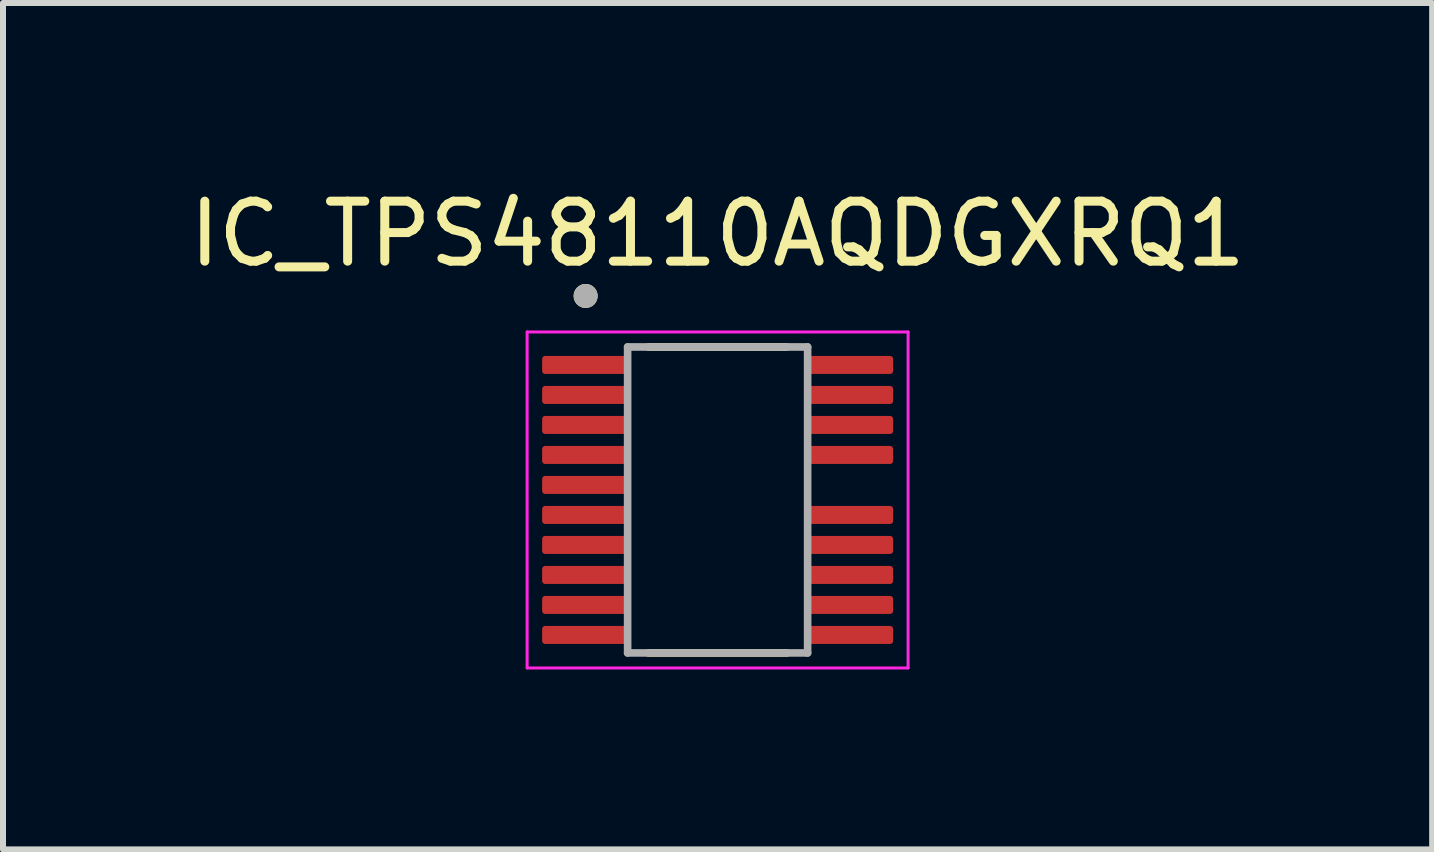
<source format=kicad_pcb>
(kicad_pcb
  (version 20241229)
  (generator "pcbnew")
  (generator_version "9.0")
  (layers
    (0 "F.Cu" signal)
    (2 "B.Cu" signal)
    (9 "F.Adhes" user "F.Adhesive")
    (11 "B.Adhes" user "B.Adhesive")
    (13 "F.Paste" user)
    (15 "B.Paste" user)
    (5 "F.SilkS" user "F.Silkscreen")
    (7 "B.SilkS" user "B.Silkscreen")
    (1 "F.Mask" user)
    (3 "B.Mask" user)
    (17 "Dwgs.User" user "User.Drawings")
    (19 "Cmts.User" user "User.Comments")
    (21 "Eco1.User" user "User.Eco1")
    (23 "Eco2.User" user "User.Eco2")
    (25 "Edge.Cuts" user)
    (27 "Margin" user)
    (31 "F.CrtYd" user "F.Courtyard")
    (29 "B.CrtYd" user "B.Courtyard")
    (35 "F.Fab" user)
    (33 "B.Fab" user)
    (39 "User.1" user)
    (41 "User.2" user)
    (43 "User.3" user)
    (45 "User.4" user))
  (footprint "IC_TPS48110AQDGXRQ1"
    (layer "F.Cu")
    (at 8.911 5.283)
    (property "Reference" "IC_TPS48110AQDGXRQ1" (at 0 -4.435 0) (layer "F.SilkS") (effects (font (size 1 1) (thickness 0.15))))
    (attr smd)
    (fp_poly (pts (xy -1.425 -2.35) (xy -1.425 -2.15) (xy -1.425 -2.145) (xy -1.426 -2.14) (xy -1.426 -2.134) (xy -1.427 -2.129) (xy -1.428 -2.124) (xy -1.43 -2.119) (xy -1.432 -2.114) (xy -1.434 -2.109) (xy -1.436 -2.105) (xy -1.438 -2.1) (xy -1.441 -2.096) (xy -1.444 -2.091) (xy -1.447 -2.087) (xy -1.451 -2.083) (xy -1.454 -2.079) (xy -1.458 -2.076) (xy -1.462 -2.072) (xy -1.466 -2.069) (xy -1.471 -2.066) (xy -1.475 -2.063) (xy -1.48 -2.061) (xy -1.484 -2.059) (xy -1.489 -2.057) (xy -1.494 -2.055) (xy -1.499 -2.053) (xy -1.504 -2.052) (xy -1.509 -2.051) (xy -1.515 -2.051) (xy -1.52 -2.05) (xy -1.525 -2.05) (xy -2.875 -2.05) (xy -2.88 -2.05) (xy -2.885 -2.051) (xy -2.891 -2.051) (xy -2.896 -2.052) (xy -2.901 -2.053) (xy -2.906 -2.055) (xy -2.911 -2.057) (xy -2.916 -2.059) (xy -2.92 -2.061) (xy -2.925 -2.063) (xy -2.929 -2.066) (xy -2.934 -2.069) (xy -2.938 -2.072) (xy -2.942 -2.076) (xy -2.946 -2.079) (xy -2.949 -2.083) (xy -2.953 -2.087) (xy -2.956 -2.091) (xy -2.959 -2.096) (xy -2.962 -2.1) (xy -2.964 -2.105) (xy -2.966 -2.109) (xy -2.968 -2.114) (xy -2.97 -2.119) (xy -2.972 -2.124) (xy -2.973 -2.129) (xy -2.974 -2.134) (xy -2.974 -2.14) (xy -2.975 -2.145) (xy -2.975 -2.15) (xy -2.975 -2.35) (xy -2.975 -2.355) (xy -2.974 -2.36) (xy -2.974 -2.366) (xy -2.973 -2.371) (xy -2.972 -2.376) (xy -2.97 -2.381) (xy -2.968 -2.386) (xy -2.966 -2.391) (xy -2.964 -2.395) (xy -2.962 -2.4) (xy -2.959 -2.404) (xy -2.956 -2.409) (xy -2.953 -2.413) (xy -2.949 -2.417) (xy -2.946 -2.421) (xy -2.942 -2.424) (xy -2.938 -2.428) (xy -2.934 -2.431) (xy -2.929 -2.434) (xy -2.925 -2.437) (xy -2.92 -2.439) (xy -2.916 -2.441) (xy -2.911 -2.443) (xy -2.906 -2.445) (xy -2.901 -2.447) (xy -2.896 -2.448) (xy -2.891 -2.449) (xy -2.885 -2.449) (xy -2.88 -2.45) (xy -2.875 -2.45) (xy -1.525 -2.45) (xy -1.52 -2.45) (xy -1.515 -2.449) (xy -1.509 -2.449) (xy -1.504 -2.448) (xy -1.499 -2.447) (xy -1.494 -2.445) (xy -1.489 -2.443) (xy -1.484 -2.441) (xy -1.48 -2.439) (xy -1.475 -2.437) (xy -1.471 -2.434) (xy -1.466 -2.431) (xy -1.462 -2.428) (xy -1.458 -2.424) (xy -1.454 -2.421) (xy -1.451 -2.417) (xy -1.447 -2.413) (xy -1.444 -2.409) (xy -1.441 -2.404) (xy -1.438 -2.4) (xy -1.436 -2.395) (xy -1.434 -2.391) (xy -1.432 -2.386) (xy -1.43 -2.381) (xy -1.428 -2.376) (xy -1.427 -2.371) (xy -1.426 -2.366) (xy -1.426 -2.36) (xy -1.425 -2.355) (xy -1.425 -2.35)) (stroke (width 0.01) (type solid)) (fill yes) (layer "F.Mask"))
    (fp_poly (pts (xy -1.425 -1.85) (xy -1.425 -1.65) (xy -1.425 -1.645) (xy -1.426 -1.64) (xy -1.426 -1.634) (xy -1.427 -1.629) (xy -1.428 -1.624) (xy -1.43 -1.619) (xy -1.432 -1.614) (xy -1.434 -1.609) (xy -1.436 -1.605) (xy -1.438 -1.6) (xy -1.441 -1.596) (xy -1.444 -1.591) (xy -1.447 -1.587) (xy -1.451 -1.583) (xy -1.454 -1.579) (xy -1.458 -1.576) (xy -1.462 -1.572) (xy -1.466 -1.569) (xy -1.471 -1.566) (xy -1.475 -1.563) (xy -1.48 -1.561) (xy -1.484 -1.559) (xy -1.489 -1.557) (xy -1.494 -1.555) (xy -1.499 -1.553) (xy -1.504 -1.552) (xy -1.509 -1.551) (xy -1.515 -1.551) (xy -1.52 -1.55) (xy -1.525 -1.55) (xy -2.875 -1.55) (xy -2.88 -1.55) (xy -2.885 -1.551) (xy -2.891 -1.551) (xy -2.896 -1.552) (xy -2.901 -1.553) (xy -2.906 -1.555) (xy -2.911 -1.557) (xy -2.916 -1.559) (xy -2.92 -1.561) (xy -2.925 -1.563) (xy -2.929 -1.566) (xy -2.934 -1.569) (xy -2.938 -1.572) (xy -2.942 -1.576) (xy -2.946 -1.579) (xy -2.949 -1.583) (xy -2.953 -1.587) (xy -2.956 -1.591) (xy -2.959 -1.596) (xy -2.962 -1.6) (xy -2.964 -1.605) (xy -2.966 -1.609) (xy -2.968 -1.614) (xy -2.97 -1.619) (xy -2.972 -1.624) (xy -2.973 -1.629) (xy -2.974 -1.634) (xy -2.974 -1.64) (xy -2.975 -1.645) (xy -2.975 -1.65) (xy -2.975 -1.85) (xy -2.975 -1.855) (xy -2.974 -1.86) (xy -2.974 -1.866) (xy -2.973 -1.871) (xy -2.972 -1.876) (xy -2.97 -1.881) (xy -2.968 -1.886) (xy -2.966 -1.891) (xy -2.964 -1.895) (xy -2.962 -1.9) (xy -2.959 -1.904) (xy -2.956 -1.909) (xy -2.953 -1.913) (xy -2.949 -1.917) (xy -2.946 -1.921) (xy -2.942 -1.924) (xy -2.938 -1.928) (xy -2.934 -1.931) (xy -2.929 -1.934) (xy -2.925 -1.937) (xy -2.92 -1.939) (xy -2.916 -1.941) (xy -2.911 -1.943) (xy -2.906 -1.945) (xy -2.901 -1.947) (xy -2.896 -1.948) (xy -2.891 -1.949) (xy -2.885 -1.949) (xy -2.88 -1.95) (xy -2.875 -1.95) (xy -1.525 -1.95) (xy -1.52 -1.95) (xy -1.515 -1.949) (xy -1.509 -1.949) (xy -1.504 -1.948) (xy -1.499 -1.947) (xy -1.494 -1.945) (xy -1.489 -1.943) (xy -1.484 -1.941) (xy -1.48 -1.939) (xy -1.475 -1.937) (xy -1.471 -1.934) (xy -1.466 -1.931) (xy -1.462 -1.928) (xy -1.458 -1.924) (xy -1.454 -1.921) (xy -1.451 -1.917) (xy -1.447 -1.913) (xy -1.444 -1.909) (xy -1.441 -1.904) (xy -1.438 -1.9) (xy -1.436 -1.895) (xy -1.434 -1.891) (xy -1.432 -1.886) (xy -1.43 -1.881) (xy -1.428 -1.876) (xy -1.427 -1.871) (xy -1.426 -1.866) (xy -1.426 -1.86) (xy -1.425 -1.855) (xy -1.425 -1.85)) (stroke (width 0.01) (type solid)) (fill yes) (layer "F.Mask"))
    (fp_poly (pts (xy -1.425 -1.35) (xy -1.425 -1.15) (xy -1.425 -1.145) (xy -1.426 -1.14) (xy -1.426 -1.134) (xy -1.427 -1.129) (xy -1.428 -1.124) (xy -1.43 -1.119) (xy -1.432 -1.114) (xy -1.434 -1.109) (xy -1.436 -1.105) (xy -1.438 -1.1) (xy -1.441 -1.096) (xy -1.444 -1.091) (xy -1.447 -1.087) (xy -1.451 -1.083) (xy -1.454 -1.079) (xy -1.458 -1.076) (xy -1.462 -1.072) (xy -1.466 -1.069) (xy -1.471 -1.066) (xy -1.475 -1.063) (xy -1.48 -1.061) (xy -1.484 -1.059) (xy -1.489 -1.057) (xy -1.494 -1.055) (xy -1.499 -1.053) (xy -1.504 -1.052) (xy -1.509 -1.051) (xy -1.515 -1.051) (xy -1.52 -1.05) (xy -1.525 -1.05) (xy -2.875 -1.05) (xy -2.88 -1.05) (xy -2.885 -1.051) (xy -2.891 -1.051) (xy -2.896 -1.052) (xy -2.901 -1.053) (xy -2.906 -1.055) (xy -2.911 -1.057) (xy -2.916 -1.059) (xy -2.92 -1.061) (xy -2.925 -1.063) (xy -2.929 -1.066) (xy -2.934 -1.069) (xy -2.938 -1.072) (xy -2.942 -1.076) (xy -2.946 -1.079) (xy -2.949 -1.083) (xy -2.953 -1.087) (xy -2.956 -1.091) (xy -2.959 -1.096) (xy -2.962 -1.1) (xy -2.964 -1.105) (xy -2.966 -1.109) (xy -2.968 -1.114) (xy -2.97 -1.119) (xy -2.972 -1.124) (xy -2.973 -1.129) (xy -2.974 -1.134) (xy -2.974 -1.14) (xy -2.975 -1.145) (xy -2.975 -1.15) (xy -2.975 -1.35) (xy -2.975 -1.355) (xy -2.974 -1.36) (xy -2.974 -1.366) (xy -2.973 -1.371) (xy -2.972 -1.376) (xy -2.97 -1.381) (xy -2.968 -1.386) (xy -2.966 -1.391) (xy -2.964 -1.395) (xy -2.962 -1.4) (xy -2.959 -1.404) (xy -2.956 -1.409) (xy -2.953 -1.413) (xy -2.949 -1.417) (xy -2.946 -1.421) (xy -2.942 -1.424) (xy -2.938 -1.428) (xy -2.934 -1.431) (xy -2.929 -1.434) (xy -2.925 -1.437) (xy -2.92 -1.439) (xy -2.916 -1.441) (xy -2.911 -1.443) (xy -2.906 -1.445) (xy -2.901 -1.447) (xy -2.896 -1.448) (xy -2.891 -1.449) (xy -2.885 -1.449) (xy -2.88 -1.45) (xy -2.875 -1.45) (xy -1.525 -1.45) (xy -1.52 -1.45) (xy -1.515 -1.449) (xy -1.509 -1.449) (xy -1.504 -1.448) (xy -1.499 -1.447) (xy -1.494 -1.445) (xy -1.489 -1.443) (xy -1.484 -1.441) (xy -1.48 -1.439) (xy -1.475 -1.437) (xy -1.471 -1.434) (xy -1.466 -1.431) (xy -1.462 -1.428) (xy -1.458 -1.424) (xy -1.454 -1.421) (xy -1.451 -1.417) (xy -1.447 -1.413) (xy -1.444 -1.409) (xy -1.441 -1.404) (xy -1.438 -1.4) (xy -1.436 -1.395) (xy -1.434 -1.391) (xy -1.432 -1.386) (xy -1.43 -1.381) (xy -1.428 -1.376) (xy -1.427 -1.371) (xy -1.426 -1.366) (xy -1.426 -1.36) (xy -1.425 -1.355) (xy -1.425 -1.35)) (stroke (width 0.01) (type solid)) (fill yes) (layer "F.Mask"))
    (fp_poly (pts (xy -1.425 -0.85) (xy -1.425 -0.65) (xy -1.425 -0.645) (xy -1.426 -0.64) (xy -1.426 -0.634) (xy -1.427 -0.629) (xy -1.428 -0.624) (xy -1.43 -0.619) (xy -1.432 -0.614) (xy -1.434 -0.609) (xy -1.436 -0.605) (xy -1.438 -0.6) (xy -1.441 -0.596) (xy -1.444 -0.591) (xy -1.447 -0.587) (xy -1.451 -0.583) (xy -1.454 -0.579) (xy -1.458 -0.576) (xy -1.462 -0.572) (xy -1.466 -0.569) (xy -1.471 -0.566) (xy -1.475 -0.563) (xy -1.48 -0.561) (xy -1.484 -0.559) (xy -1.489 -0.557) (xy -1.494 -0.555) (xy -1.499 -0.553) (xy -1.504 -0.552) (xy -1.509 -0.551) (xy -1.515 -0.551) (xy -1.52 -0.55) (xy -1.525 -0.55) (xy -2.875 -0.55) (xy -2.88 -0.55) (xy -2.885 -0.551) (xy -2.891 -0.551) (xy -2.896 -0.552) (xy -2.901 -0.553) (xy -2.906 -0.555) (xy -2.911 -0.557) (xy -2.916 -0.559) (xy -2.92 -0.561) (xy -2.925 -0.563) (xy -2.929 -0.566) (xy -2.934 -0.569) (xy -2.938 -0.572) (xy -2.942 -0.576) (xy -2.946 -0.579) (xy -2.949 -0.583) (xy -2.953 -0.587) (xy -2.956 -0.591) (xy -2.959 -0.596) (xy -2.962 -0.6) (xy -2.964 -0.605) (xy -2.966 -0.609) (xy -2.968 -0.614) (xy -2.97 -0.619) (xy -2.972 -0.624) (xy -2.973 -0.629) (xy -2.974 -0.634) (xy -2.974 -0.64) (xy -2.975 -0.645) (xy -2.975 -0.65) (xy -2.975 -0.85) (xy -2.975 -0.855) (xy -2.974 -0.86) (xy -2.974 -0.866) (xy -2.973 -0.871) (xy -2.972 -0.876) (xy -2.97 -0.881) (xy -2.968 -0.886) (xy -2.966 -0.891) (xy -2.964 -0.895) (xy -2.962 -0.9) (xy -2.959 -0.904) (xy -2.956 -0.909) (xy -2.953 -0.913) (xy -2.949 -0.917) (xy -2.946 -0.921) (xy -2.942 -0.924) (xy -2.938 -0.928) (xy -2.934 -0.931) (xy -2.929 -0.934) (xy -2.925 -0.937) (xy -2.92 -0.939) (xy -2.916 -0.941) (xy -2.911 -0.943) (xy -2.906 -0.945) (xy -2.901 -0.947) (xy -2.896 -0.948) (xy -2.891 -0.949) (xy -2.885 -0.949) (xy -2.88 -0.95) (xy -2.875 -0.95) (xy -1.525 -0.95) (xy -1.52 -0.95) (xy -1.515 -0.949) (xy -1.509 -0.949) (xy -1.504 -0.948) (xy -1.499 -0.947) (xy -1.494 -0.945) (xy -1.489 -0.943) (xy -1.484 -0.941) (xy -1.48 -0.939) (xy -1.475 -0.937) (xy -1.471 -0.934) (xy -1.466 -0.931) (xy -1.462 -0.928) (xy -1.458 -0.924) (xy -1.454 -0.921) (xy -1.451 -0.917) (xy -1.447 -0.913) (xy -1.444 -0.909) (xy -1.441 -0.904) (xy -1.438 -0.9) (xy -1.436 -0.895) (xy -1.434 -0.891) (xy -1.432 -0.886) (xy -1.43 -0.881) (xy -1.428 -0.876) (xy -1.427 -0.871) (xy -1.426 -0.866) (xy -1.426 -0.86) (xy -1.425 -0.855) (xy -1.425 -0.85)) (stroke (width 0.01) (type solid)) (fill yes) (layer "F.Mask"))
    (fp_poly (pts (xy -1.425 -0.35) (xy -1.425 -0.15) (xy -1.425 -0.145) (xy -1.426 -0.14) (xy -1.426 -0.134) (xy -1.427 -0.129) (xy -1.428 -0.124) (xy -1.43 -0.119) (xy -1.432 -0.114) (xy -1.434 -0.109) (xy -1.436 -0.105) (xy -1.438 -0.1) (xy -1.441 -0.096) (xy -1.444 -0.091) (xy -1.447 -0.087) (xy -1.451 -0.083) (xy -1.454 -0.079) (xy -1.458 -0.076) (xy -1.462 -0.072) (xy -1.466 -0.069) (xy -1.471 -0.066) (xy -1.475 -0.063) (xy -1.48 -0.061) (xy -1.484 -0.059) (xy -1.489 -0.057) (xy -1.494 -0.055) (xy -1.499 -0.053) (xy -1.504 -0.052) (xy -1.509 -0.051) (xy -1.515 -0.051) (xy -1.52 -0.05) (xy -1.525 -0.05) (xy -2.875 -0.05) (xy -2.88 -0.05) (xy -2.885 -0.051) (xy -2.891 -0.051) (xy -2.896 -0.052) (xy -2.901 -0.053) (xy -2.906 -0.055) (xy -2.911 -0.057) (xy -2.916 -0.059) (xy -2.92 -0.061) (xy -2.925 -0.063) (xy -2.929 -0.066) (xy -2.934 -0.069) (xy -2.938 -0.072) (xy -2.942 -0.076) (xy -2.946 -0.079) (xy -2.949 -0.083) (xy -2.953 -0.087) (xy -2.956 -0.091) (xy -2.959 -0.096) (xy -2.962 -0.1) (xy -2.964 -0.105) (xy -2.966 -0.109) (xy -2.968 -0.114) (xy -2.97 -0.119) (xy -2.972 -0.124) (xy -2.973 -0.129) (xy -2.974 -0.134) (xy -2.974 -0.14) (xy -2.975 -0.145) (xy -2.975 -0.15) (xy -2.975 -0.35) (xy -2.975 -0.355) (xy -2.974 -0.36) (xy -2.974 -0.366) (xy -2.973 -0.371) (xy -2.972 -0.376) (xy -2.97 -0.381) (xy -2.968 -0.386) (xy -2.966 -0.391) (xy -2.964 -0.395) (xy -2.962 -0.4) (xy -2.959 -0.404) (xy -2.956 -0.409) (xy -2.953 -0.413) (xy -2.949 -0.417) (xy -2.946 -0.421) (xy -2.942 -0.424) (xy -2.938 -0.428) (xy -2.934 -0.431) (xy -2.929 -0.434) (xy -2.925 -0.437) (xy -2.92 -0.439) (xy -2.916 -0.441) (xy -2.911 -0.443) (xy -2.906 -0.445) (xy -2.901 -0.447) (xy -2.896 -0.448) (xy -2.891 -0.449) (xy -2.885 -0.449) (xy -2.88 -0.45) (xy -2.875 -0.45) (xy -1.525 -0.45) (xy -1.52 -0.45) (xy -1.515 -0.449) (xy -1.509 -0.449) (xy -1.504 -0.448) (xy -1.499 -0.447) (xy -1.494 -0.445) (xy -1.489 -0.443) (xy -1.484 -0.441) (xy -1.48 -0.439) (xy -1.475 -0.437) (xy -1.471 -0.434) (xy -1.466 -0.431) (xy -1.462 -0.428) (xy -1.458 -0.424) (xy -1.454 -0.421) (xy -1.451 -0.417) (xy -1.447 -0.413) (xy -1.444 -0.409) (xy -1.441 -0.404) (xy -1.438 -0.4) (xy -1.436 -0.395) (xy -1.434 -0.391) (xy -1.432 -0.386) (xy -1.43 -0.381) (xy -1.428 -0.376) (xy -1.427 -0.371) (xy -1.426 -0.366) (xy -1.426 -0.36) (xy -1.425 -0.355) (xy -1.425 -0.35)) (stroke (width 0.01) (type solid)) (fill yes) (layer "F.Mask"))
    (fp_poly (pts (xy -1.425 0.15) (xy -1.425 0.35) (xy -1.425 0.355) (xy -1.426 0.36) (xy -1.426 0.366) (xy -1.427 0.371) (xy -1.428 0.376) (xy -1.43 0.381) (xy -1.432 0.386) (xy -1.434 0.391) (xy -1.436 0.395) (xy -1.438 0.4) (xy -1.441 0.404) (xy -1.444 0.409) (xy -1.447 0.413) (xy -1.451 0.417) (xy -1.454 0.421) (xy -1.458 0.424) (xy -1.462 0.428) (xy -1.466 0.431) (xy -1.471 0.434) (xy -1.475 0.437) (xy -1.48 0.439) (xy -1.484 0.441) (xy -1.489 0.443) (xy -1.494 0.445) (xy -1.499 0.447) (xy -1.504 0.448) (xy -1.509 0.449) (xy -1.515 0.449) (xy -1.52 0.45) (xy -1.525 0.45) (xy -2.875 0.45) (xy -2.88 0.45) (xy -2.885 0.449) (xy -2.891 0.449) (xy -2.896 0.448) (xy -2.901 0.447) (xy -2.906 0.445) (xy -2.911 0.443) (xy -2.916 0.441) (xy -2.92 0.439) (xy -2.925 0.437) (xy -2.929 0.434) (xy -2.934 0.431) (xy -2.938 0.428) (xy -2.942 0.424) (xy -2.946 0.421) (xy -2.949 0.417) (xy -2.953 0.413) (xy -2.956 0.409) (xy -2.959 0.404) (xy -2.962 0.4) (xy -2.964 0.395) (xy -2.966 0.391) (xy -2.968 0.386) (xy -2.97 0.381) (xy -2.972 0.376) (xy -2.973 0.371) (xy -2.974 0.366) (xy -2.974 0.36) (xy -2.975 0.355) (xy -2.975 0.35) (xy -2.975 0.15) (xy -2.975 0.145) (xy -2.974 0.14) (xy -2.974 0.134) (xy -2.973 0.129) (xy -2.972 0.124) (xy -2.97 0.119) (xy -2.968 0.114) (xy -2.966 0.109) (xy -2.964 0.105) (xy -2.962 0.1) (xy -2.959 0.096) (xy -2.956 0.091) (xy -2.953 0.087) (xy -2.949 0.083) (xy -2.946 0.079) (xy -2.942 0.076) (xy -2.938 0.072) (xy -2.934 0.069) (xy -2.929 0.066) (xy -2.925 0.063) (xy -2.92 0.061) (xy -2.916 0.059) (xy -2.911 0.057) (xy -2.906 0.055) (xy -2.901 0.053) (xy -2.896 0.052) (xy -2.891 0.051) (xy -2.885 0.051) (xy -2.88 0.05) (xy -2.875 0.05) (xy -1.525 0.05) (xy -1.52 0.05) (xy -1.515 0.051) (xy -1.509 0.051) (xy -1.504 0.052) (xy -1.499 0.053) (xy -1.494 0.055) (xy -1.489 0.057) (xy -1.484 0.059) (xy -1.48 0.061) (xy -1.475 0.063) (xy -1.471 0.066) (xy -1.466 0.069) (xy -1.462 0.072) (xy -1.458 0.076) (xy -1.454 0.079) (xy -1.451 0.083) (xy -1.447 0.087) (xy -1.444 0.091) (xy -1.441 0.096) (xy -1.438 0.1) (xy -1.436 0.105) (xy -1.434 0.109) (xy -1.432 0.114) (xy -1.43 0.119) (xy -1.428 0.124) (xy -1.427 0.129) (xy -1.426 0.134) (xy -1.426 0.14) (xy -1.425 0.145) (xy -1.425 0.15)) (stroke (width 0.01) (type solid)) (fill yes) (layer "F.Mask"))
    (fp_poly (pts (xy -1.425 0.65) (xy -1.425 0.85) (xy -1.425 0.855) (xy -1.426 0.86) (xy -1.426 0.866) (xy -1.427 0.871) (xy -1.428 0.876) (xy -1.43 0.881) (xy -1.432 0.886) (xy -1.434 0.891) (xy -1.436 0.895) (xy -1.438 0.9) (xy -1.441 0.904) (xy -1.444 0.909) (xy -1.447 0.913) (xy -1.451 0.917) (xy -1.454 0.921) (xy -1.458 0.924) (xy -1.462 0.928) (xy -1.466 0.931) (xy -1.471 0.934) (xy -1.475 0.937) (xy -1.48 0.939) (xy -1.484 0.941) (xy -1.489 0.943) (xy -1.494 0.945) (xy -1.499 0.947) (xy -1.504 0.948) (xy -1.509 0.949) (xy -1.515 0.949) (xy -1.52 0.95) (xy -1.525 0.95) (xy -2.875 0.95) (xy -2.88 0.95) (xy -2.885 0.949) (xy -2.891 0.949) (xy -2.896 0.948) (xy -2.901 0.947) (xy -2.906 0.945) (xy -2.911 0.943) (xy -2.916 0.941) (xy -2.92 0.939) (xy -2.925 0.937) (xy -2.929 0.934) (xy -2.934 0.931) (xy -2.938 0.928) (xy -2.942 0.924) (xy -2.946 0.921) (xy -2.949 0.917) (xy -2.953 0.913) (xy -2.956 0.909) (xy -2.959 0.904) (xy -2.962 0.9) (xy -2.964 0.895) (xy -2.966 0.891) (xy -2.968 0.886) (xy -2.97 0.881) (xy -2.972 0.876) (xy -2.973 0.871) (xy -2.974 0.866) (xy -2.974 0.86) (xy -2.975 0.855) (xy -2.975 0.85) (xy -2.975 0.65) (xy -2.975 0.645) (xy -2.974 0.64) (xy -2.974 0.634) (xy -2.973 0.629) (xy -2.972 0.624) (xy -2.97 0.619) (xy -2.968 0.614) (xy -2.966 0.609) (xy -2.964 0.605) (xy -2.962 0.6) (xy -2.959 0.596) (xy -2.956 0.591) (xy -2.953 0.587) (xy -2.949 0.583) (xy -2.946 0.579) (xy -2.942 0.576) (xy -2.938 0.572) (xy -2.934 0.569) (xy -2.929 0.566) (xy -2.925 0.563) (xy -2.92 0.561) (xy -2.916 0.559) (xy -2.911 0.557) (xy -2.906 0.555) (xy -2.901 0.553) (xy -2.896 0.552) (xy -2.891 0.551) (xy -2.885 0.551) (xy -2.88 0.55) (xy -2.875 0.55) (xy -1.525 0.55) (xy -1.52 0.55) (xy -1.515 0.551) (xy -1.509 0.551) (xy -1.504 0.552) (xy -1.499 0.553) (xy -1.494 0.555) (xy -1.489 0.557) (xy -1.484 0.559) (xy -1.48 0.561) (xy -1.475 0.563) (xy -1.471 0.566) (xy -1.466 0.569) (xy -1.462 0.572) (xy -1.458 0.576) (xy -1.454 0.579) (xy -1.451 0.583) (xy -1.447 0.587) (xy -1.444 0.591) (xy -1.441 0.596) (xy -1.438 0.6) (xy -1.436 0.605) (xy -1.434 0.609) (xy -1.432 0.614) (xy -1.43 0.619) (xy -1.428 0.624) (xy -1.427 0.629) (xy -1.426 0.634) (xy -1.426 0.64) (xy -1.425 0.645) (xy -1.425 0.65)) (stroke (width 0.01) (type solid)) (fill yes) (layer "F.Mask"))
    (fp_poly (pts (xy -1.425 1.15) (xy -1.425 1.35) (xy -1.425 1.355) (xy -1.426 1.36) (xy -1.426 1.366) (xy -1.427 1.371) (xy -1.428 1.376) (xy -1.43 1.381) (xy -1.432 1.386) (xy -1.434 1.391) (xy -1.436 1.395) (xy -1.438 1.4) (xy -1.441 1.404) (xy -1.444 1.409) (xy -1.447 1.413) (xy -1.451 1.417) (xy -1.454 1.421) (xy -1.458 1.424) (xy -1.462 1.428) (xy -1.466 1.431) (xy -1.471 1.434) (xy -1.475 1.437) (xy -1.48 1.439) (xy -1.484 1.441) (xy -1.489 1.443) (xy -1.494 1.445) (xy -1.499 1.447) (xy -1.504 1.448) (xy -1.509 1.449) (xy -1.515 1.449) (xy -1.52 1.45) (xy -1.525 1.45) (xy -2.875 1.45) (xy -2.88 1.45) (xy -2.885 1.449) (xy -2.891 1.449) (xy -2.896 1.448) (xy -2.901 1.447) (xy -2.906 1.445) (xy -2.911 1.443) (xy -2.916 1.441) (xy -2.92 1.439) (xy -2.925 1.437) (xy -2.929 1.434) (xy -2.934 1.431) (xy -2.938 1.428) (xy -2.942 1.424) (xy -2.946 1.421) (xy -2.949 1.417) (xy -2.953 1.413) (xy -2.956 1.409) (xy -2.959 1.404) (xy -2.962 1.4) (xy -2.964 1.395) (xy -2.966 1.391) (xy -2.968 1.386) (xy -2.97 1.381) (xy -2.972 1.376) (xy -2.973 1.371) (xy -2.974 1.366) (xy -2.974 1.36) (xy -2.975 1.355) (xy -2.975 1.35) (xy -2.975 1.15) (xy -2.975 1.145) (xy -2.974 1.14) (xy -2.974 1.134) (xy -2.973 1.129) (xy -2.972 1.124) (xy -2.97 1.119) (xy -2.968 1.114) (xy -2.966 1.109) (xy -2.964 1.105) (xy -2.962 1.1) (xy -2.959 1.096) (xy -2.956 1.091) (xy -2.953 1.087) (xy -2.949 1.083) (xy -2.946 1.079) (xy -2.942 1.076) (xy -2.938 1.072) (xy -2.934 1.069) (xy -2.929 1.066) (xy -2.925 1.063) (xy -2.92 1.061) (xy -2.916 1.059) (xy -2.911 1.057) (xy -2.906 1.055) (xy -2.901 1.053) (xy -2.896 1.052) (xy -2.891 1.051) (xy -2.885 1.051) (xy -2.88 1.05) (xy -2.875 1.05) (xy -1.525 1.05) (xy -1.52 1.05) (xy -1.515 1.051) (xy -1.509 1.051) (xy -1.504 1.052) (xy -1.499 1.053) (xy -1.494 1.055) (xy -1.489 1.057) (xy -1.484 1.059) (xy -1.48 1.061) (xy -1.475 1.063) (xy -1.471 1.066) (xy -1.466 1.069) (xy -1.462 1.072) (xy -1.458 1.076) (xy -1.454 1.079) (xy -1.451 1.083) (xy -1.447 1.087) (xy -1.444 1.091) (xy -1.441 1.096) (xy -1.438 1.1) (xy -1.436 1.105) (xy -1.434 1.109) (xy -1.432 1.114) (xy -1.43 1.119) (xy -1.428 1.124) (xy -1.427 1.129) (xy -1.426 1.134) (xy -1.426 1.14) (xy -1.425 1.145) (xy -1.425 1.15)) (stroke (width 0.01) (type solid)) (fill yes) (layer "F.Mask"))
    (fp_poly (pts (xy -1.425 1.65) (xy -1.425 1.85) (xy -1.425 1.855) (xy -1.426 1.86) (xy -1.426 1.866) (xy -1.427 1.871) (xy -1.428 1.876) (xy -1.43 1.881) (xy -1.432 1.886) (xy -1.434 1.891) (xy -1.436 1.895) (xy -1.438 1.9) (xy -1.441 1.904) (xy -1.444 1.909) (xy -1.447 1.913) (xy -1.451 1.917) (xy -1.454 1.921) (xy -1.458 1.924) (xy -1.462 1.928) (xy -1.466 1.931) (xy -1.471 1.934) (xy -1.475 1.937) (xy -1.48 1.939) (xy -1.484 1.941) (xy -1.489 1.943) (xy -1.494 1.945) (xy -1.499 1.947) (xy -1.504 1.948) (xy -1.509 1.949) (xy -1.515 1.949) (xy -1.52 1.95) (xy -1.525 1.95) (xy -2.875 1.95) (xy -2.88 1.95) (xy -2.885 1.949) (xy -2.891 1.949) (xy -2.896 1.948) (xy -2.901 1.947) (xy -2.906 1.945) (xy -2.911 1.943) (xy -2.916 1.941) (xy -2.92 1.939) (xy -2.925 1.937) (xy -2.929 1.934) (xy -2.934 1.931) (xy -2.938 1.928) (xy -2.942 1.924) (xy -2.946 1.921) (xy -2.949 1.917) (xy -2.953 1.913) (xy -2.956 1.909) (xy -2.959 1.904) (xy -2.962 1.9) (xy -2.964 1.895) (xy -2.966 1.891) (xy -2.968 1.886) (xy -2.97 1.881) (xy -2.972 1.876) (xy -2.973 1.871) (xy -2.974 1.866) (xy -2.974 1.86) (xy -2.975 1.855) (xy -2.975 1.85) (xy -2.975 1.65) (xy -2.975 1.645) (xy -2.974 1.64) (xy -2.974 1.634) (xy -2.973 1.629) (xy -2.972 1.624) (xy -2.97 1.619) (xy -2.968 1.614) (xy -2.966 1.609) (xy -2.964 1.605) (xy -2.962 1.6) (xy -2.959 1.596) (xy -2.956 1.591) (xy -2.953 1.587) (xy -2.949 1.583) (xy -2.946 1.579) (xy -2.942 1.576) (xy -2.938 1.572) (xy -2.934 1.569) (xy -2.929 1.566) (xy -2.925 1.563) (xy -2.92 1.561) (xy -2.916 1.559) (xy -2.911 1.557) (xy -2.906 1.555) (xy -2.901 1.553) (xy -2.896 1.552) (xy -2.891 1.551) (xy -2.885 1.551) (xy -2.88 1.55) (xy -2.875 1.55) (xy -1.525 1.55) (xy -1.52 1.55) (xy -1.515 1.551) (xy -1.509 1.551) (xy -1.504 1.552) (xy -1.499 1.553) (xy -1.494 1.555) (xy -1.489 1.557) (xy -1.484 1.559) (xy -1.48 1.561) (xy -1.475 1.563) (xy -1.471 1.566) (xy -1.466 1.569) (xy -1.462 1.572) (xy -1.458 1.576) (xy -1.454 1.579) (xy -1.451 1.583) (xy -1.447 1.587) (xy -1.444 1.591) (xy -1.441 1.596) (xy -1.438 1.6) (xy -1.436 1.605) (xy -1.434 1.609) (xy -1.432 1.614) (xy -1.43 1.619) (xy -1.428 1.624) (xy -1.427 1.629) (xy -1.426 1.634) (xy -1.426 1.64) (xy -1.425 1.645) (xy -1.425 1.65)) (stroke (width 0.01) (type solid)) (fill yes) (layer "F.Mask"))
    (fp_poly (pts (xy -1.425 2.15) (xy -1.425 2.35) (xy -1.425 2.355) (xy -1.426 2.36) (xy -1.426 2.366) (xy -1.427 2.371) (xy -1.428 2.376) (xy -1.43 2.381) (xy -1.432 2.386) (xy -1.434 2.391) (xy -1.436 2.395) (xy -1.438 2.4) (xy -1.441 2.404) (xy -1.444 2.409) (xy -1.447 2.413) (xy -1.451 2.417) (xy -1.454 2.421) (xy -1.458 2.424) (xy -1.462 2.428) (xy -1.466 2.431) (xy -1.471 2.434) (xy -1.475 2.437) (xy -1.48 2.439) (xy -1.484 2.441) (xy -1.489 2.443) (xy -1.494 2.445) (xy -1.499 2.447) (xy -1.504 2.448) (xy -1.509 2.449) (xy -1.515 2.449) (xy -1.52 2.45) (xy -1.525 2.45) (xy -2.875 2.45) (xy -2.88 2.45) (xy -2.885 2.449) (xy -2.891 2.449) (xy -2.896 2.448) (xy -2.901 2.447) (xy -2.906 2.445) (xy -2.911 2.443) (xy -2.916 2.441) (xy -2.92 2.439) (xy -2.925 2.437) (xy -2.929 2.434) (xy -2.934 2.431) (xy -2.938 2.428) (xy -2.942 2.424) (xy -2.946 2.421) (xy -2.949 2.417) (xy -2.953 2.413) (xy -2.956 2.409) (xy -2.959 2.404) (xy -2.962 2.4) (xy -2.964 2.395) (xy -2.966 2.391) (xy -2.968 2.386) (xy -2.97 2.381) (xy -2.972 2.376) (xy -2.973 2.371) (xy -2.974 2.366) (xy -2.974 2.36) (xy -2.975 2.355) (xy -2.975 2.35) (xy -2.975 2.15) (xy -2.975 2.145) (xy -2.974 2.14) (xy -2.974 2.134) (xy -2.973 2.129) (xy -2.972 2.124) (xy -2.97 2.119) (xy -2.968 2.114) (xy -2.966 2.109) (xy -2.964 2.105) (xy -2.962 2.1) (xy -2.959 2.096) (xy -2.956 2.091) (xy -2.953 2.087) (xy -2.949 2.083) (xy -2.946 2.079) (xy -2.942 2.076) (xy -2.938 2.072) (xy -2.934 2.069) (xy -2.929 2.066) (xy -2.925 2.063) (xy -2.92 2.061) (xy -2.916 2.059) (xy -2.911 2.057) (xy -2.906 2.055) (xy -2.901 2.053) (xy -2.896 2.052) (xy -2.891 2.051) (xy -2.885 2.051) (xy -2.88 2.05) (xy -2.875 2.05) (xy -1.525 2.05) (xy -1.52 2.05) (xy -1.515 2.051) (xy -1.509 2.051) (xy -1.504 2.052) (xy -1.499 2.053) (xy -1.494 2.055) (xy -1.489 2.057) (xy -1.484 2.059) (xy -1.48 2.061) (xy -1.475 2.063) (xy -1.471 2.066) (xy -1.466 2.069) (xy -1.462 2.072) (xy -1.458 2.076) (xy -1.454 2.079) (xy -1.451 2.083) (xy -1.447 2.087) (xy -1.444 2.091) (xy -1.441 2.096) (xy -1.438 2.1) (xy -1.436 2.105) (xy -1.434 2.109) (xy -1.432 2.114) (xy -1.43 2.119) (xy -1.428 2.124) (xy -1.427 2.129) (xy -1.426 2.134) (xy -1.426 2.14) (xy -1.425 2.145) (xy -1.425 2.15)) (stroke (width 0.01) (type solid)) (fill yes) (layer "F.Mask"))
    (fp_poly (pts (xy 2.975 -2.35) (xy 2.975 -2.15) (xy 2.975 -2.145) (xy 2.974 -2.14) (xy 2.974 -2.134) (xy 2.973 -2.129) (xy 2.972 -2.124) (xy 2.97 -2.119) (xy 2.968 -2.114) (xy 2.966 -2.109) (xy 2.964 -2.105) (xy 2.962 -2.1) (xy 2.959 -2.096) (xy 2.956 -2.091) (xy 2.953 -2.087) (xy 2.949 -2.083) (xy 2.946 -2.079) (xy 2.942 -2.076) (xy 2.938 -2.072) (xy 2.934 -2.069) (xy 2.929 -2.066) (xy 2.925 -2.063) (xy 2.92 -2.061) (xy 2.916 -2.059) (xy 2.911 -2.057) (xy 2.906 -2.055) (xy 2.901 -2.053) (xy 2.896 -2.052) (xy 2.891 -2.051) (xy 2.885 -2.051) (xy 2.88 -2.05) (xy 2.875 -2.05) (xy 1.525 -2.05) (xy 1.52 -2.05) (xy 1.515 -2.051) (xy 1.509 -2.051) (xy 1.504 -2.052) (xy 1.499 -2.053) (xy 1.494 -2.055) (xy 1.489 -2.057) (xy 1.484 -2.059) (xy 1.48 -2.061) (xy 1.475 -2.063) (xy 1.471 -2.066) (xy 1.466 -2.069) (xy 1.462 -2.072) (xy 1.458 -2.076) (xy 1.454 -2.079) (xy 1.451 -2.083) (xy 1.447 -2.087) (xy 1.444 -2.091) (xy 1.441 -2.096) (xy 1.438 -2.1) (xy 1.436 -2.105) (xy 1.434 -2.109) (xy 1.432 -2.114) (xy 1.43 -2.119) (xy 1.428 -2.124) (xy 1.427 -2.129) (xy 1.426 -2.134) (xy 1.426 -2.14) (xy 1.425 -2.145) (xy 1.425 -2.15) (xy 1.425 -2.35) (xy 1.425 -2.355) (xy 1.426 -2.36) (xy 1.426 -2.366) (xy 1.427 -2.371) (xy 1.428 -2.376) (xy 1.43 -2.381) (xy 1.432 -2.386) (xy 1.434 -2.391) (xy 1.436 -2.395) (xy 1.438 -2.4) (xy 1.441 -2.404) (xy 1.444 -2.409) (xy 1.447 -2.413) (xy 1.451 -2.417) (xy 1.454 -2.421) (xy 1.458 -2.424) (xy 1.462 -2.428) (xy 1.466 -2.431) (xy 1.471 -2.434) (xy 1.475 -2.437) (xy 1.48 -2.439) (xy 1.484 -2.441) (xy 1.489 -2.443) (xy 1.494 -2.445) (xy 1.499 -2.447) (xy 1.504 -2.448) (xy 1.509 -2.449) (xy 1.515 -2.449) (xy 1.52 -2.45) (xy 1.525 -2.45) (xy 2.875 -2.45) (xy 2.88 -2.45) (xy 2.885 -2.449) (xy 2.891 -2.449) (xy 2.896 -2.448) (xy 2.901 -2.447) (xy 2.906 -2.445) (xy 2.911 -2.443) (xy 2.916 -2.441) (xy 2.92 -2.439) (xy 2.925 -2.437) (xy 2.929 -2.434) (xy 2.934 -2.431) (xy 2.938 -2.428) (xy 2.942 -2.424) (xy 2.946 -2.421) (xy 2.949 -2.417) (xy 2.953 -2.413) (xy 2.956 -2.409) (xy 2.959 -2.404) (xy 2.962 -2.4) (xy 2.964 -2.395) (xy 2.966 -2.391) (xy 2.968 -2.386) (xy 2.97 -2.381) (xy 2.972 -2.376) (xy 2.973 -2.371) (xy 2.974 -2.366) (xy 2.974 -2.36) (xy 2.975 -2.355) (xy 2.975 -2.35)) (stroke (width 0.01) (type solid)) (fill yes) (layer "F.Mask"))
    (fp_poly (pts (xy 2.975 -1.85) (xy 2.975 -1.65) (xy 2.975 -1.645) (xy 2.974 -1.64) (xy 2.974 -1.634) (xy 2.973 -1.629) (xy 2.972 -1.624) (xy 2.97 -1.619) (xy 2.968 -1.614) (xy 2.966 -1.609) (xy 2.964 -1.605) (xy 2.962 -1.6) (xy 2.959 -1.596) (xy 2.956 -1.591) (xy 2.953 -1.587) (xy 2.949 -1.583) (xy 2.946 -1.579) (xy 2.942 -1.576) (xy 2.938 -1.572) (xy 2.934 -1.569) (xy 2.929 -1.566) (xy 2.925 -1.563) (xy 2.92 -1.561) (xy 2.916 -1.559) (xy 2.911 -1.557) (xy 2.906 -1.555) (xy 2.901 -1.553) (xy 2.896 -1.552) (xy 2.891 -1.551) (xy 2.885 -1.551) (xy 2.88 -1.55) (xy 2.875 -1.55) (xy 1.525 -1.55) (xy 1.52 -1.55) (xy 1.515 -1.551) (xy 1.509 -1.551) (xy 1.504 -1.552) (xy 1.499 -1.553) (xy 1.494 -1.555) (xy 1.489 -1.557) (xy 1.484 -1.559) (xy 1.48 -1.561) (xy 1.475 -1.563) (xy 1.471 -1.566) (xy 1.466 -1.569) (xy 1.462 -1.572) (xy 1.458 -1.576) (xy 1.454 -1.579) (xy 1.451 -1.583) (xy 1.447 -1.587) (xy 1.444 -1.591) (xy 1.441 -1.596) (xy 1.438 -1.6) (xy 1.436 -1.605) (xy 1.434 -1.609) (xy 1.432 -1.614) (xy 1.43 -1.619) (xy 1.428 -1.624) (xy 1.427 -1.629) (xy 1.426 -1.634) (xy 1.426 -1.64) (xy 1.425 -1.645) (xy 1.425 -1.65) (xy 1.425 -1.85) (xy 1.425 -1.855) (xy 1.426 -1.86) (xy 1.426 -1.866) (xy 1.427 -1.871) (xy 1.428 -1.876) (xy 1.43 -1.881) (xy 1.432 -1.886) (xy 1.434 -1.891) (xy 1.436 -1.895) (xy 1.438 -1.9) (xy 1.441 -1.904) (xy 1.444 -1.909) (xy 1.447 -1.913) (xy 1.451 -1.917) (xy 1.454 -1.921) (xy 1.458 -1.924) (xy 1.462 -1.928) (xy 1.466 -1.931) (xy 1.471 -1.934) (xy 1.475 -1.937) (xy 1.48 -1.939) (xy 1.484 -1.941) (xy 1.489 -1.943) (xy 1.494 -1.945) (xy 1.499 -1.947) (xy 1.504 -1.948) (xy 1.509 -1.949) (xy 1.515 -1.949) (xy 1.52 -1.95) (xy 1.525 -1.95) (xy 2.875 -1.95) (xy 2.88 -1.95) (xy 2.885 -1.949) (xy 2.891 -1.949) (xy 2.896 -1.948) (xy 2.901 -1.947) (xy 2.906 -1.945) (xy 2.911 -1.943) (xy 2.916 -1.941) (xy 2.92 -1.939) (xy 2.925 -1.937) (xy 2.929 -1.934) (xy 2.934 -1.931) (xy 2.938 -1.928) (xy 2.942 -1.924) (xy 2.946 -1.921) (xy 2.949 -1.917) (xy 2.953 -1.913) (xy 2.956 -1.909) (xy 2.959 -1.904) (xy 2.962 -1.9) (xy 2.964 -1.895) (xy 2.966 -1.891) (xy 2.968 -1.886) (xy 2.97 -1.881) (xy 2.972 -1.876) (xy 2.973 -1.871) (xy 2.974 -1.866) (xy 2.974 -1.86) (xy 2.975 -1.855) (xy 2.975 -1.85)) (stroke (width 0.01) (type solid)) (fill yes) (layer "F.Mask"))
    (fp_poly (pts (xy 2.975 -1.35) (xy 2.975 -1.15) (xy 2.975 -1.145) (xy 2.974 -1.14) (xy 2.974 -1.134) (xy 2.973 -1.129) (xy 2.972 -1.124) (xy 2.97 -1.119) (xy 2.968 -1.114) (xy 2.966 -1.109) (xy 2.964 -1.105) (xy 2.962 -1.1) (xy 2.959 -1.096) (xy 2.956 -1.091) (xy 2.953 -1.087) (xy 2.949 -1.083) (xy 2.946 -1.079) (xy 2.942 -1.076) (xy 2.938 -1.072) (xy 2.934 -1.069) (xy 2.929 -1.066) (xy 2.925 -1.063) (xy 2.92 -1.061) (xy 2.916 -1.059) (xy 2.911 -1.057) (xy 2.906 -1.055) (xy 2.901 -1.053) (xy 2.896 -1.052) (xy 2.891 -1.051) (xy 2.885 -1.051) (xy 2.88 -1.05) (xy 2.875 -1.05) (xy 1.525 -1.05) (xy 1.52 -1.05) (xy 1.515 -1.051) (xy 1.509 -1.051) (xy 1.504 -1.052) (xy 1.499 -1.053) (xy 1.494 -1.055) (xy 1.489 -1.057) (xy 1.484 -1.059) (xy 1.48 -1.061) (xy 1.475 -1.063) (xy 1.471 -1.066) (xy 1.466 -1.069) (xy 1.462 -1.072) (xy 1.458 -1.076) (xy 1.454 -1.079) (xy 1.451 -1.083) (xy 1.447 -1.087) (xy 1.444 -1.091) (xy 1.441 -1.096) (xy 1.438 -1.1) (xy 1.436 -1.105) (xy 1.434 -1.109) (xy 1.432 -1.114) (xy 1.43 -1.119) (xy 1.428 -1.124) (xy 1.427 -1.129) (xy 1.426 -1.134) (xy 1.426 -1.14) (xy 1.425 -1.145) (xy 1.425 -1.15) (xy 1.425 -1.35) (xy 1.425 -1.355) (xy 1.426 -1.36) (xy 1.426 -1.366) (xy 1.427 -1.371) (xy 1.428 -1.376) (xy 1.43 -1.381) (xy 1.432 -1.386) (xy 1.434 -1.391) (xy 1.436 -1.395) (xy 1.438 -1.4) (xy 1.441 -1.404) (xy 1.444 -1.409) (xy 1.447 -1.413) (xy 1.451 -1.417) (xy 1.454 -1.421) (xy 1.458 -1.424) (xy 1.462 -1.428) (xy 1.466 -1.431) (xy 1.471 -1.434) (xy 1.475 -1.437) (xy 1.48 -1.439) (xy 1.484 -1.441) (xy 1.489 -1.443) (xy 1.494 -1.445) (xy 1.499 -1.447) (xy 1.504 -1.448) (xy 1.509 -1.449) (xy 1.515 -1.449) (xy 1.52 -1.45) (xy 1.525 -1.45) (xy 2.875 -1.45) (xy 2.88 -1.45) (xy 2.885 -1.449) (xy 2.891 -1.449) (xy 2.896 -1.448) (xy 2.901 -1.447) (xy 2.906 -1.445) (xy 2.911 -1.443) (xy 2.916 -1.441) (xy 2.92 -1.439) (xy 2.925 -1.437) (xy 2.929 -1.434) (xy 2.934 -1.431) (xy 2.938 -1.428) (xy 2.942 -1.424) (xy 2.946 -1.421) (xy 2.949 -1.417) (xy 2.953 -1.413) (xy 2.956 -1.409) (xy 2.959 -1.404) (xy 2.962 -1.4) (xy 2.964 -1.395) (xy 2.966 -1.391) (xy 2.968 -1.386) (xy 2.97 -1.381) (xy 2.972 -1.376) (xy 2.973 -1.371) (xy 2.974 -1.366) (xy 2.974 -1.36) (xy 2.975 -1.355) (xy 2.975 -1.35)) (stroke (width 0.01) (type solid)) (fill yes) (layer "F.Mask"))
    (fp_poly (pts (xy 2.975 -0.85) (xy 2.975 -0.65) (xy 2.975 -0.645) (xy 2.974 -0.64) (xy 2.974 -0.634) (xy 2.973 -0.629) (xy 2.972 -0.624) (xy 2.97 -0.619) (xy 2.968 -0.614) (xy 2.966 -0.609) (xy 2.964 -0.605) (xy 2.962 -0.6) (xy 2.959 -0.596) (xy 2.956 -0.591) (xy 2.953 -0.587) (xy 2.949 -0.583) (xy 2.946 -0.579) (xy 2.942 -0.576) (xy 2.938 -0.572) (xy 2.934 -0.569) (xy 2.929 -0.566) (xy 2.925 -0.563) (xy 2.92 -0.561) (xy 2.916 -0.559) (xy 2.911 -0.557) (xy 2.906 -0.555) (xy 2.901 -0.553) (xy 2.896 -0.552) (xy 2.891 -0.551) (xy 2.885 -0.551) (xy 2.88 -0.55) (xy 2.875 -0.55) (xy 1.525 -0.55) (xy 1.52 -0.55) (xy 1.515 -0.551) (xy 1.509 -0.551) (xy 1.504 -0.552) (xy 1.499 -0.553) (xy 1.494 -0.555) (xy 1.489 -0.557) (xy 1.484 -0.559) (xy 1.48 -0.561) (xy 1.475 -0.563) (xy 1.471 -0.566) (xy 1.466 -0.569) (xy 1.462 -0.572) (xy 1.458 -0.576) (xy 1.454 -0.579) (xy 1.451 -0.583) (xy 1.447 -0.587) (xy 1.444 -0.591) (xy 1.441 -0.596) (xy 1.438 -0.6) (xy 1.436 -0.605) (xy 1.434 -0.609) (xy 1.432 -0.614) (xy 1.43 -0.619) (xy 1.428 -0.624) (xy 1.427 -0.629) (xy 1.426 -0.634) (xy 1.426 -0.64) (xy 1.425 -0.645) (xy 1.425 -0.65) (xy 1.425 -0.85) (xy 1.425 -0.855) (xy 1.426 -0.86) (xy 1.426 -0.866) (xy 1.427 -0.871) (xy 1.428 -0.876) (xy 1.43 -0.881) (xy 1.432 -0.886) (xy 1.434 -0.891) (xy 1.436 -0.895) (xy 1.438 -0.9) (xy 1.441 -0.904) (xy 1.444 -0.909) (xy 1.447 -0.913) (xy 1.451 -0.917) (xy 1.454 -0.921) (xy 1.458 -0.924) (xy 1.462 -0.928) (xy 1.466 -0.931) (xy 1.471 -0.934) (xy 1.475 -0.937) (xy 1.48 -0.939) (xy 1.484 -0.941) (xy 1.489 -0.943) (xy 1.494 -0.945) (xy 1.499 -0.947) (xy 1.504 -0.948) (xy 1.509 -0.949) (xy 1.515 -0.949) (xy 1.52 -0.95) (xy 1.525 -0.95) (xy 2.875 -0.95) (xy 2.88 -0.95) (xy 2.885 -0.949) (xy 2.891 -0.949) (xy 2.896 -0.948) (xy 2.901 -0.947) (xy 2.906 -0.945) (xy 2.911 -0.943) (xy 2.916 -0.941) (xy 2.92 -0.939) (xy 2.925 -0.937) (xy 2.929 -0.934) (xy 2.934 -0.931) (xy 2.938 -0.928) (xy 2.942 -0.924) (xy 2.946 -0.921) (xy 2.949 -0.917) (xy 2.953 -0.913) (xy 2.956 -0.909) (xy 2.959 -0.904) (xy 2.962 -0.9) (xy 2.964 -0.895) (xy 2.966 -0.891) (xy 2.968 -0.886) (xy 2.97 -0.881) (xy 2.972 -0.876) (xy 2.973 -0.871) (xy 2.974 -0.866) (xy 2.974 -0.86) (xy 2.975 -0.855) (xy 2.975 -0.85)) (stroke (width 0.01) (type solid)) (fill yes) (layer "F.Mask"))
    (fp_poly (pts (xy 2.975 0.15) (xy 2.975 0.35) (xy 2.975 0.355) (xy 2.974 0.36) (xy 2.974 0.366) (xy 2.973 0.371) (xy 2.972 0.376) (xy 2.97 0.381) (xy 2.968 0.386) (xy 2.966 0.391) (xy 2.964 0.395) (xy 2.962 0.4) (xy 2.959 0.404) (xy 2.956 0.409) (xy 2.953 0.413) (xy 2.949 0.417) (xy 2.946 0.421) (xy 2.942 0.424) (xy 2.938 0.428) (xy 2.934 0.431) (xy 2.929 0.434) (xy 2.925 0.437) (xy 2.92 0.439) (xy 2.916 0.441) (xy 2.911 0.443) (xy 2.906 0.445) (xy 2.901 0.447) (xy 2.896 0.448) (xy 2.891 0.449) (xy 2.885 0.449) (xy 2.88 0.45) (xy 2.875 0.45) (xy 1.525 0.45) (xy 1.52 0.45) (xy 1.515 0.449) (xy 1.509 0.449) (xy 1.504 0.448) (xy 1.499 0.447) (xy 1.494 0.445) (xy 1.489 0.443) (xy 1.484 0.441) (xy 1.48 0.439) (xy 1.475 0.437) (xy 1.471 0.434) (xy 1.466 0.431) (xy 1.462 0.428) (xy 1.458 0.424) (xy 1.454 0.421) (xy 1.451 0.417) (xy 1.447 0.413) (xy 1.444 0.409) (xy 1.441 0.404) (xy 1.438 0.4) (xy 1.436 0.395) (xy 1.434 0.391) (xy 1.432 0.386) (xy 1.43 0.381) (xy 1.428 0.376) (xy 1.427 0.371) (xy 1.426 0.366) (xy 1.426 0.36) (xy 1.425 0.355) (xy 1.425 0.35) (xy 1.425 0.15) (xy 1.425 0.145) (xy 1.426 0.14) (xy 1.426 0.134) (xy 1.427 0.129) (xy 1.428 0.124) (xy 1.43 0.119) (xy 1.432 0.114) (xy 1.434 0.109) (xy 1.436 0.105) (xy 1.438 0.1) (xy 1.441 0.096) (xy 1.444 0.091) (xy 1.447 0.087) (xy 1.451 0.083) (xy 1.454 0.079) (xy 1.458 0.076) (xy 1.462 0.072) (xy 1.466 0.069) (xy 1.471 0.066) (xy 1.475 0.063) (xy 1.48 0.061) (xy 1.484 0.059) (xy 1.489 0.057) (xy 1.494 0.055) (xy 1.499 0.053) (xy 1.504 0.052) (xy 1.509 0.051) (xy 1.515 0.051) (xy 1.52 0.05) (xy 1.525 0.05) (xy 2.875 0.05) (xy 2.88 0.05) (xy 2.885 0.051) (xy 2.891 0.051) (xy 2.896 0.052) (xy 2.901 0.053) (xy 2.906 0.055) (xy 2.911 0.057) (xy 2.916 0.059) (xy 2.92 0.061) (xy 2.925 0.063) (xy 2.929 0.066) (xy 2.934 0.069) (xy 2.938 0.072) (xy 2.942 0.076) (xy 2.946 0.079) (xy 2.949 0.083) (xy 2.953 0.087) (xy 2.956 0.091) (xy 2.959 0.096) (xy 2.962 0.1) (xy 2.964 0.105) (xy 2.966 0.109) (xy 2.968 0.114) (xy 2.97 0.119) (xy 2.972 0.124) (xy 2.973 0.129) (xy 2.974 0.134) (xy 2.974 0.14) (xy 2.975 0.145) (xy 2.975 0.15)) (stroke (width 0.01) (type solid)) (fill yes) (layer "F.Mask"))
    (fp_poly (pts (xy 2.975 0.65) (xy 2.975 0.85) (xy 2.975 0.855) (xy 2.974 0.86) (xy 2.974 0.866) (xy 2.973 0.871) (xy 2.972 0.876) (xy 2.97 0.881) (xy 2.968 0.886) (xy 2.966 0.891) (xy 2.964 0.895) (xy 2.962 0.9) (xy 2.959 0.904) (xy 2.956 0.909) (xy 2.953 0.913) (xy 2.949 0.917) (xy 2.946 0.921) (xy 2.942 0.924) (xy 2.938 0.928) (xy 2.934 0.931) (xy 2.929 0.934) (xy 2.925 0.937) (xy 2.92 0.939) (xy 2.916 0.941) (xy 2.911 0.943) (xy 2.906 0.945) (xy 2.901 0.947) (xy 2.896 0.948) (xy 2.891 0.949) (xy 2.885 0.949) (xy 2.88 0.95) (xy 2.875 0.95) (xy 1.525 0.95) (xy 1.52 0.95) (xy 1.515 0.949) (xy 1.509 0.949) (xy 1.504 0.948) (xy 1.499 0.947) (xy 1.494 0.945) (xy 1.489 0.943) (xy 1.484 0.941) (xy 1.48 0.939) (xy 1.475 0.937) (xy 1.471 0.934) (xy 1.466 0.931) (xy 1.462 0.928) (xy 1.458 0.924) (xy 1.454 0.921) (xy 1.451 0.917) (xy 1.447 0.913) (xy 1.444 0.909) (xy 1.441 0.904) (xy 1.438 0.9) (xy 1.436 0.895) (xy 1.434 0.891) (xy 1.432 0.886) (xy 1.43 0.881) (xy 1.428 0.876) (xy 1.427 0.871) (xy 1.426 0.866) (xy 1.426 0.86) (xy 1.425 0.855) (xy 1.425 0.85) (xy 1.425 0.65) (xy 1.425 0.645) (xy 1.426 0.64) (xy 1.426 0.634) (xy 1.427 0.629) (xy 1.428 0.624) (xy 1.43 0.619) (xy 1.432 0.614) (xy 1.434 0.609) (xy 1.436 0.605) (xy 1.438 0.6) (xy 1.441 0.596) (xy 1.444 0.591) (xy 1.447 0.587) (xy 1.451 0.583) (xy 1.454 0.579) (xy 1.458 0.576) (xy 1.462 0.572) (xy 1.466 0.569) (xy 1.471 0.566) (xy 1.475 0.563) (xy 1.48 0.561) (xy 1.484 0.559) (xy 1.489 0.557) (xy 1.494 0.555) (xy 1.499 0.553) (xy 1.504 0.552) (xy 1.509 0.551) (xy 1.515 0.551) (xy 1.52 0.55) (xy 1.525 0.55) (xy 2.875 0.55) (xy 2.88 0.55) (xy 2.885 0.551) (xy 2.891 0.551) (xy 2.896 0.552) (xy 2.901 0.553) (xy 2.906 0.555) (xy 2.911 0.557) (xy 2.916 0.559) (xy 2.92 0.561) (xy 2.925 0.563) (xy 2.929 0.566) (xy 2.934 0.569) (xy 2.938 0.572) (xy 2.942 0.576) (xy 2.946 0.579) (xy 2.949 0.583) (xy 2.953 0.587) (xy 2.956 0.591) (xy 2.959 0.596) (xy 2.962 0.6) (xy 2.964 0.605) (xy 2.966 0.609) (xy 2.968 0.614) (xy 2.97 0.619) (xy 2.972 0.624) (xy 2.973 0.629) (xy 2.974 0.634) (xy 2.974 0.64) (xy 2.975 0.645) (xy 2.975 0.65)) (stroke (width 0.01) (type solid)) (fill yes) (layer "F.Mask"))
    (fp_poly (pts (xy 2.975 1.15) (xy 2.975 1.35) (xy 2.975 1.355) (xy 2.974 1.36) (xy 2.974 1.366) (xy 2.973 1.371) (xy 2.972 1.376) (xy 2.97 1.381) (xy 2.968 1.386) (xy 2.966 1.391) (xy 2.964 1.395) (xy 2.962 1.4) (xy 2.959 1.404) (xy 2.956 1.409) (xy 2.953 1.413) (xy 2.949 1.417) (xy 2.946 1.421) (xy 2.942 1.424) (xy 2.938 1.428) (xy 2.934 1.431) (xy 2.929 1.434) (xy 2.925 1.437) (xy 2.92 1.439) (xy 2.916 1.441) (xy 2.911 1.443) (xy 2.906 1.445) (xy 2.901 1.447) (xy 2.896 1.448) (xy 2.891 1.449) (xy 2.885 1.449) (xy 2.88 1.45) (xy 2.875 1.45) (xy 1.525 1.45) (xy 1.52 1.45) (xy 1.515 1.449) (xy 1.509 1.449) (xy 1.504 1.448) (xy 1.499 1.447) (xy 1.494 1.445) (xy 1.489 1.443) (xy 1.484 1.441) (xy 1.48 1.439) (xy 1.475 1.437) (xy 1.471 1.434) (xy 1.466 1.431) (xy 1.462 1.428) (xy 1.458 1.424) (xy 1.454 1.421) (xy 1.451 1.417) (xy 1.447 1.413) (xy 1.444 1.409) (xy 1.441 1.404) (xy 1.438 1.4) (xy 1.436 1.395) (xy 1.434 1.391) (xy 1.432 1.386) (xy 1.43 1.381) (xy 1.428 1.376) (xy 1.427 1.371) (xy 1.426 1.366) (xy 1.426 1.36) (xy 1.425 1.355) (xy 1.425 1.35) (xy 1.425 1.15) (xy 1.425 1.145) (xy 1.426 1.14) (xy 1.426 1.134) (xy 1.427 1.129) (xy 1.428 1.124) (xy 1.43 1.119) (xy 1.432 1.114) (xy 1.434 1.109) (xy 1.436 1.105) (xy 1.438 1.1) (xy 1.441 1.096) (xy 1.444 1.091) (xy 1.447 1.087) (xy 1.451 1.083) (xy 1.454 1.079) (xy 1.458 1.076) (xy 1.462 1.072) (xy 1.466 1.069) (xy 1.471 1.066) (xy 1.475 1.063) (xy 1.48 1.061) (xy 1.484 1.059) (xy 1.489 1.057) (xy 1.494 1.055) (xy 1.499 1.053) (xy 1.504 1.052) (xy 1.509 1.051) (xy 1.515 1.051) (xy 1.52 1.05) (xy 1.525 1.05) (xy 2.875 1.05) (xy 2.88 1.05) (xy 2.885 1.051) (xy 2.891 1.051) (xy 2.896 1.052) (xy 2.901 1.053) (xy 2.906 1.055) (xy 2.911 1.057) (xy 2.916 1.059) (xy 2.92 1.061) (xy 2.925 1.063) (xy 2.929 1.066) (xy 2.934 1.069) (xy 2.938 1.072) (xy 2.942 1.076) (xy 2.946 1.079) (xy 2.949 1.083) (xy 2.953 1.087) (xy 2.956 1.091) (xy 2.959 1.096) (xy 2.962 1.1) (xy 2.964 1.105) (xy 2.966 1.109) (xy 2.968 1.114) (xy 2.97 1.119) (xy 2.972 1.124) (xy 2.973 1.129) (xy 2.974 1.134) (xy 2.974 1.14) (xy 2.975 1.145) (xy 2.975 1.15)) (stroke (width 0.01) (type solid)) (fill yes) (layer "F.Mask"))
    (fp_poly (pts (xy 2.975 1.65) (xy 2.975 1.85) (xy 2.975 1.855) (xy 2.974 1.86) (xy 2.974 1.866) (xy 2.973 1.871) (xy 2.972 1.876) (xy 2.97 1.881) (xy 2.968 1.886) (xy 2.966 1.891) (xy 2.964 1.895) (xy 2.962 1.9) (xy 2.959 1.904) (xy 2.956 1.909) (xy 2.953 1.913) (xy 2.949 1.917) (xy 2.946 1.921) (xy 2.942 1.924) (xy 2.938 1.928) (xy 2.934 1.931) (xy 2.929 1.934) (xy 2.925 1.937) (xy 2.92 1.939) (xy 2.916 1.941) (xy 2.911 1.943) (xy 2.906 1.945) (xy 2.901 1.947) (xy 2.896 1.948) (xy 2.891 1.949) (xy 2.885 1.949) (xy 2.88 1.95) (xy 2.875 1.95) (xy 1.525 1.95) (xy 1.52 1.95) (xy 1.515 1.949) (xy 1.509 1.949) (xy 1.504 1.948) (xy 1.499 1.947) (xy 1.494 1.945) (xy 1.489 1.943) (xy 1.484 1.941) (xy 1.48 1.939) (xy 1.475 1.937) (xy 1.471 1.934) (xy 1.466 1.931) (xy 1.462 1.928) (xy 1.458 1.924) (xy 1.454 1.921) (xy 1.451 1.917) (xy 1.447 1.913) (xy 1.444 1.909) (xy 1.441 1.904) (xy 1.438 1.9) (xy 1.436 1.895) (xy 1.434 1.891) (xy 1.432 1.886) (xy 1.43 1.881) (xy 1.428 1.876) (xy 1.427 1.871) (xy 1.426 1.866) (xy 1.426 1.86) (xy 1.425 1.855) (xy 1.425 1.85) (xy 1.425 1.65) (xy 1.425 1.645) (xy 1.426 1.64) (xy 1.426 1.634) (xy 1.427 1.629) (xy 1.428 1.624) (xy 1.43 1.619) (xy 1.432 1.614) (xy 1.434 1.609) (xy 1.436 1.605) (xy 1.438 1.6) (xy 1.441 1.596) (xy 1.444 1.591) (xy 1.447 1.587) (xy 1.451 1.583) (xy 1.454 1.579) (xy 1.458 1.576) (xy 1.462 1.572) (xy 1.466 1.569) (xy 1.471 1.566) (xy 1.475 1.563) (xy 1.48 1.561) (xy 1.484 1.559) (xy 1.489 1.557) (xy 1.494 1.555) (xy 1.499 1.553) (xy 1.504 1.552) (xy 1.509 1.551) (xy 1.515 1.551) (xy 1.52 1.55) (xy 1.525 1.55) (xy 2.875 1.55) (xy 2.88 1.55) (xy 2.885 1.551) (xy 2.891 1.551) (xy 2.896 1.552) (xy 2.901 1.553) (xy 2.906 1.555) (xy 2.911 1.557) (xy 2.916 1.559) (xy 2.92 1.561) (xy 2.925 1.563) (xy 2.929 1.566) (xy 2.934 1.569) (xy 2.938 1.572) (xy 2.942 1.576) (xy 2.946 1.579) (xy 2.949 1.583) (xy 2.953 1.587) (xy 2.956 1.591) (xy 2.959 1.596) (xy 2.962 1.6) (xy 2.964 1.605) (xy 2.966 1.609) (xy 2.968 1.614) (xy 2.97 1.619) (xy 2.972 1.624) (xy 2.973 1.629) (xy 2.974 1.634) (xy 2.974 1.64) (xy 2.975 1.645) (xy 2.975 1.65)) (stroke (width 0.01) (type solid)) (fill yes) (layer "F.Mask"))
    (fp_poly (pts (xy 2.975 2.15) (xy 2.975 2.35) (xy 2.975 2.355) (xy 2.974 2.36) (xy 2.974 2.366) (xy 2.973 2.371) (xy 2.972 2.376) (xy 2.97 2.381) (xy 2.968 2.386) (xy 2.966 2.391) (xy 2.964 2.395) (xy 2.962 2.4) (xy 2.959 2.404) (xy 2.956 2.409) (xy 2.953 2.413) (xy 2.949 2.417) (xy 2.946 2.421) (xy 2.942 2.424) (xy 2.938 2.428) (xy 2.934 2.431) (xy 2.929 2.434) (xy 2.925 2.437) (xy 2.92 2.439) (xy 2.916 2.441) (xy 2.911 2.443) (xy 2.906 2.445) (xy 2.901 2.447) (xy 2.896 2.448) (xy 2.891 2.449) (xy 2.885 2.449) (xy 2.88 2.45) (xy 2.875 2.45) (xy 1.525 2.45) (xy 1.52 2.45) (xy 1.515 2.449) (xy 1.509 2.449) (xy 1.504 2.448) (xy 1.499 2.447) (xy 1.494 2.445) (xy 1.489 2.443) (xy 1.484 2.441) (xy 1.48 2.439) (xy 1.475 2.437) (xy 1.471 2.434) (xy 1.466 2.431) (xy 1.462 2.428) (xy 1.458 2.424) (xy 1.454 2.421) (xy 1.451 2.417) (xy 1.447 2.413) (xy 1.444 2.409) (xy 1.441 2.404) (xy 1.438 2.4) (xy 1.436 2.395) (xy 1.434 2.391) (xy 1.432 2.386) (xy 1.43 2.381) (xy 1.428 2.376) (xy 1.427 2.371) (xy 1.426 2.366) (xy 1.426 2.36) (xy 1.425 2.355) (xy 1.425 2.35) (xy 1.425 2.15) (xy 1.425 2.145) (xy 1.426 2.14) (xy 1.426 2.134) (xy 1.427 2.129) (xy 1.428 2.124) (xy 1.43 2.119) (xy 1.432 2.114) (xy 1.434 2.109) (xy 1.436 2.105) (xy 1.438 2.1) (xy 1.441 2.096) (xy 1.444 2.091) (xy 1.447 2.087) (xy 1.451 2.083) (xy 1.454 2.079) (xy 1.458 2.076) (xy 1.462 2.072) (xy 1.466 2.069) (xy 1.471 2.066) (xy 1.475 2.063) (xy 1.48 2.061) (xy 1.484 2.059) (xy 1.489 2.057) (xy 1.494 2.055) (xy 1.499 2.053) (xy 1.504 2.052) (xy 1.509 2.051) (xy 1.515 2.051) (xy 1.52 2.05) (xy 1.525 2.05) (xy 2.875 2.05) (xy 2.88 2.05) (xy 2.885 2.051) (xy 2.891 2.051) (xy 2.896 2.052) (xy 2.901 2.053) (xy 2.906 2.055) (xy 2.911 2.057) (xy 2.916 2.059) (xy 2.92 2.061) (xy 2.925 2.063) (xy 2.929 2.066) (xy 2.934 2.069) (xy 2.938 2.072) (xy 2.942 2.076) (xy 2.946 2.079) (xy 2.949 2.083) (xy 2.953 2.087) (xy 2.956 2.091) (xy 2.959 2.096) (xy 2.962 2.1) (xy 2.964 2.105) (xy 2.966 2.109) (xy 2.968 2.114) (xy 2.97 2.119) (xy 2.972 2.124) (xy 2.973 2.129) (xy 2.974 2.134) (xy 2.974 2.14) (xy 2.975 2.145) (xy 2.975 2.15)) (stroke (width 0.01) (type solid)) (fill yes) (layer "F.Mask"))
    (fp_line (start -1.155 -2.55) (end 1.155 -2.55) (stroke (width 0.127) (type solid)) (layer "F.SilkS"))
    (fp_line (start -1.155 2.55) (end 1.155 2.55) (stroke (width 0.127) (type solid)) (layer "F.SilkS"))
    (fp_circle (center -2.2 -3.4) (end -2.1 -3.4) (stroke (width 0.2) (type solid)) (fill no) (layer "F.SilkS"))
    (fp_poly (pts (xy -2.925 -2.15) (xy -2.925 -2.35) (xy -2.925 -2.353) (xy -2.925 -2.355) (xy -2.924 -2.358) (xy -2.924 -2.36) (xy -2.923 -2.363) (xy -2.923 -2.365) (xy -2.922 -2.368) (xy -2.921 -2.37) (xy -2.92 -2.373) (xy -2.918 -2.375) (xy -2.917 -2.377) (xy -2.915 -2.379) (xy -2.914 -2.381) (xy -2.912 -2.383) (xy -2.91 -2.385) (xy -2.908 -2.387) (xy -2.906 -2.389) (xy -2.904 -2.39) (xy -2.902 -2.392) (xy -2.9 -2.393) (xy -2.898 -2.395) (xy -2.895 -2.396) (xy -2.893 -2.397) (xy -2.89 -2.398) (xy -2.888 -2.398) (xy -2.885 -2.399) (xy -2.883 -2.399) (xy -2.88 -2.4) (xy -2.878 -2.4) (xy -2.875 -2.4) (xy -1.525 -2.4) (xy -1.522 -2.4) (xy -1.52 -2.4) (xy -1.517 -2.399) (xy -1.515 -2.399) (xy -1.512 -2.398) (xy -1.51 -2.398) (xy -1.507 -2.397) (xy -1.505 -2.396) (xy -1.502 -2.395) (xy -1.5 -2.393) (xy -1.498 -2.392) (xy -1.496 -2.39) (xy -1.494 -2.389) (xy -1.492 -2.387) (xy -1.49 -2.385) (xy -1.488 -2.383) (xy -1.486 -2.381) (xy -1.485 -2.379) (xy -1.483 -2.377) (xy -1.482 -2.375) (xy -1.48 -2.373) (xy -1.479 -2.37) (xy -1.478 -2.368) (xy -1.477 -2.365) (xy -1.477 -2.363) (xy -1.476 -2.36) (xy -1.476 -2.358) (xy -1.475 -2.355) (xy -1.475 -2.353) (xy -1.475 -2.35) (xy -1.475 -2.15) (xy -1.475 -2.147) (xy -1.475 -2.145) (xy -1.476 -2.142) (xy -1.476 -2.14) (xy -1.477 -2.137) (xy -1.477 -2.135) (xy -1.478 -2.132) (xy -1.479 -2.13) (xy -1.48 -2.127) (xy -1.482 -2.125) (xy -1.483 -2.123) (xy -1.485 -2.121) (xy -1.486 -2.119) (xy -1.488 -2.117) (xy -1.49 -2.115) (xy -1.492 -2.113) (xy -1.494 -2.111) (xy -1.496 -2.11) (xy -1.498 -2.108) (xy -1.5 -2.107) (xy -1.502 -2.105) (xy -1.505 -2.104) (xy -1.507 -2.103) (xy -1.51 -2.102) (xy -1.512 -2.102) (xy -1.515 -2.101) (xy -1.517 -2.101) (xy -1.52 -2.1) (xy -1.522 -2.1) (xy -1.525 -2.1) (xy -2.875 -2.1) (xy -2.878 -2.1) (xy -2.88 -2.1) (xy -2.883 -2.101) (xy -2.885 -2.101) (xy -2.888 -2.102) (xy -2.89 -2.102) (xy -2.893 -2.103) (xy -2.895 -2.104) (xy -2.898 -2.105) (xy -2.9 -2.107) (xy -2.902 -2.108) (xy -2.904 -2.11) (xy -2.906 -2.111) (xy -2.908 -2.113) (xy -2.91 -2.115) (xy -2.912 -2.117) (xy -2.914 -2.119) (xy -2.915 -2.121) (xy -2.917 -2.123) (xy -2.918 -2.125) (xy -2.92 -2.127) (xy -2.921 -2.13) (xy -2.922 -2.132) (xy -2.923 -2.135) (xy -2.923 -2.137) (xy -2.924 -2.14) (xy -2.924 -2.142) (xy -2.925 -2.145) (xy -2.925 -2.147) (xy -2.925 -2.15)) (stroke (width 0.01) (type solid)) (fill yes) (layer "F.Paste"))
    (fp_poly (pts (xy -2.925 -1.65) (xy -2.925 -1.85) (xy -2.925 -1.853) (xy -2.925 -1.855) (xy -2.924 -1.858) (xy -2.924 -1.86) (xy -2.923 -1.863) (xy -2.923 -1.865) (xy -2.922 -1.868) (xy -2.921 -1.87) (xy -2.92 -1.873) (xy -2.918 -1.875) (xy -2.917 -1.877) (xy -2.915 -1.879) (xy -2.914 -1.881) (xy -2.912 -1.883) (xy -2.91 -1.885) (xy -2.908 -1.887) (xy -2.906 -1.889) (xy -2.904 -1.89) (xy -2.902 -1.892) (xy -2.9 -1.893) (xy -2.898 -1.895) (xy -2.895 -1.896) (xy -2.893 -1.897) (xy -2.89 -1.898) (xy -2.888 -1.898) (xy -2.885 -1.899) (xy -2.883 -1.899) (xy -2.88 -1.9) (xy -2.878 -1.9) (xy -2.875 -1.9) (xy -1.525 -1.9) (xy -1.522 -1.9) (xy -1.52 -1.9) (xy -1.517 -1.899) (xy -1.515 -1.899) (xy -1.512 -1.898) (xy -1.51 -1.898) (xy -1.507 -1.897) (xy -1.505 -1.896) (xy -1.502 -1.895) (xy -1.5 -1.893) (xy -1.498 -1.892) (xy -1.496 -1.89) (xy -1.494 -1.889) (xy -1.492 -1.887) (xy -1.49 -1.885) (xy -1.488 -1.883) (xy -1.486 -1.881) (xy -1.485 -1.879) (xy -1.483 -1.877) (xy -1.482 -1.875) (xy -1.48 -1.873) (xy -1.479 -1.87) (xy -1.478 -1.868) (xy -1.477 -1.865) (xy -1.477 -1.863) (xy -1.476 -1.86) (xy -1.476 -1.858) (xy -1.475 -1.855) (xy -1.475 -1.853) (xy -1.475 -1.85) (xy -1.475 -1.65) (xy -1.475 -1.647) (xy -1.475 -1.645) (xy -1.476 -1.642) (xy -1.476 -1.64) (xy -1.477 -1.637) (xy -1.477 -1.635) (xy -1.478 -1.632) (xy -1.479 -1.63) (xy -1.48 -1.627) (xy -1.482 -1.625) (xy -1.483 -1.623) (xy -1.485 -1.621) (xy -1.486 -1.619) (xy -1.488 -1.617) (xy -1.49 -1.615) (xy -1.492 -1.613) (xy -1.494 -1.611) (xy -1.496 -1.61) (xy -1.498 -1.608) (xy -1.5 -1.607) (xy -1.502 -1.605) (xy -1.505 -1.604) (xy -1.507 -1.603) (xy -1.51 -1.602) (xy -1.512 -1.602) (xy -1.515 -1.601) (xy -1.517 -1.601) (xy -1.52 -1.6) (xy -1.522 -1.6) (xy -1.525 -1.6) (xy -2.875 -1.6) (xy -2.878 -1.6) (xy -2.88 -1.6) (xy -2.883 -1.601) (xy -2.885 -1.601) (xy -2.888 -1.602) (xy -2.89 -1.602) (xy -2.893 -1.603) (xy -2.895 -1.604) (xy -2.898 -1.605) (xy -2.9 -1.607) (xy -2.902 -1.608) (xy -2.904 -1.61) (xy -2.906 -1.611) (xy -2.908 -1.613) (xy -2.91 -1.615) (xy -2.912 -1.617) (xy -2.914 -1.619) (xy -2.915 -1.621) (xy -2.917 -1.623) (xy -2.918 -1.625) (xy -2.92 -1.627) (xy -2.921 -1.63) (xy -2.922 -1.632) (xy -2.923 -1.635) (xy -2.923 -1.637) (xy -2.924 -1.64) (xy -2.924 -1.642) (xy -2.925 -1.645) (xy -2.925 -1.647) (xy -2.925 -1.65)) (stroke (width 0.01) (type solid)) (fill yes) (layer "F.Paste"))
    (fp_poly (pts (xy -2.925 -1.15) (xy -2.925 -1.35) (xy -2.925 -1.353) (xy -2.925 -1.355) (xy -2.924 -1.358) (xy -2.924 -1.36) (xy -2.923 -1.363) (xy -2.923 -1.365) (xy -2.922 -1.368) (xy -2.921 -1.37) (xy -2.92 -1.373) (xy -2.918 -1.375) (xy -2.917 -1.377) (xy -2.915 -1.379) (xy -2.914 -1.381) (xy -2.912 -1.383) (xy -2.91 -1.385) (xy -2.908 -1.387) (xy -2.906 -1.389) (xy -2.904 -1.39) (xy -2.902 -1.392) (xy -2.9 -1.393) (xy -2.898 -1.395) (xy -2.895 -1.396) (xy -2.893 -1.397) (xy -2.89 -1.398) (xy -2.888 -1.398) (xy -2.885 -1.399) (xy -2.883 -1.399) (xy -2.88 -1.4) (xy -2.878 -1.4) (xy -2.875 -1.4) (xy -1.525 -1.4) (xy -1.522 -1.4) (xy -1.52 -1.4) (xy -1.517 -1.399) (xy -1.515 -1.399) (xy -1.512 -1.398) (xy -1.51 -1.398) (xy -1.507 -1.397) (xy -1.505 -1.396) (xy -1.502 -1.395) (xy -1.5 -1.393) (xy -1.498 -1.392) (xy -1.496 -1.39) (xy -1.494 -1.389) (xy -1.492 -1.387) (xy -1.49 -1.385) (xy -1.488 -1.383) (xy -1.486 -1.381) (xy -1.485 -1.379) (xy -1.483 -1.377) (xy -1.482 -1.375) (xy -1.48 -1.373) (xy -1.479 -1.37) (xy -1.478 -1.368) (xy -1.477 -1.365) (xy -1.477 -1.363) (xy -1.476 -1.36) (xy -1.476 -1.358) (xy -1.475 -1.355) (xy -1.475 -1.353) (xy -1.475 -1.35) (xy -1.475 -1.15) (xy -1.475 -1.147) (xy -1.475 -1.145) (xy -1.476 -1.142) (xy -1.476 -1.14) (xy -1.477 -1.137) (xy -1.477 -1.135) (xy -1.478 -1.132) (xy -1.479 -1.13) (xy -1.48 -1.127) (xy -1.482 -1.125) (xy -1.483 -1.123) (xy -1.485 -1.121) (xy -1.486 -1.119) (xy -1.488 -1.117) (xy -1.49 -1.115) (xy -1.492 -1.113) (xy -1.494 -1.111) (xy -1.496 -1.11) (xy -1.498 -1.108) (xy -1.5 -1.107) (xy -1.502 -1.105) (xy -1.505 -1.104) (xy -1.507 -1.103) (xy -1.51 -1.102) (xy -1.512 -1.102) (xy -1.515 -1.101) (xy -1.517 -1.101) (xy -1.52 -1.1) (xy -1.522 -1.1) (xy -1.525 -1.1) (xy -2.875 -1.1) (xy -2.878 -1.1) (xy -2.88 -1.1) (xy -2.883 -1.101) (xy -2.885 -1.101) (xy -2.888 -1.102) (xy -2.89 -1.102) (xy -2.893 -1.103) (xy -2.895 -1.104) (xy -2.898 -1.105) (xy -2.9 -1.107) (xy -2.902 -1.108) (xy -2.904 -1.11) (xy -2.906 -1.111) (xy -2.908 -1.113) (xy -2.91 -1.115) (xy -2.912 -1.117) (xy -2.914 -1.119) (xy -2.915 -1.121) (xy -2.917 -1.123) (xy -2.918 -1.125) (xy -2.92 -1.127) (xy -2.921 -1.13) (xy -2.922 -1.132) (xy -2.923 -1.135) (xy -2.923 -1.137) (xy -2.924 -1.14) (xy -2.924 -1.142) (xy -2.925 -1.145) (xy -2.925 -1.147) (xy -2.925 -1.15)) (stroke (width 0.01) (type solid)) (fill yes) (layer "F.Paste"))
    (fp_poly (pts (xy -2.925 -0.65) (xy -2.925 -0.85) (xy -2.925 -0.853) (xy -2.925 -0.855) (xy -2.924 -0.858) (xy -2.924 -0.86) (xy -2.923 -0.863) (xy -2.923 -0.865) (xy -2.922 -0.868) (xy -2.921 -0.87) (xy -2.92 -0.873) (xy -2.918 -0.875) (xy -2.917 -0.877) (xy -2.915 -0.879) (xy -2.914 -0.881) (xy -2.912 -0.883) (xy -2.91 -0.885) (xy -2.908 -0.887) (xy -2.906 -0.889) (xy -2.904 -0.89) (xy -2.902 -0.892) (xy -2.9 -0.893) (xy -2.898 -0.895) (xy -2.895 -0.896) (xy -2.893 -0.897) (xy -2.89 -0.898) (xy -2.888 -0.898) (xy -2.885 -0.899) (xy -2.883 -0.899) (xy -2.88 -0.9) (xy -2.878 -0.9) (xy -2.875 -0.9) (xy -1.525 -0.9) (xy -1.522 -0.9) (xy -1.52 -0.9) (xy -1.517 -0.899) (xy -1.515 -0.899) (xy -1.512 -0.898) (xy -1.51 -0.898) (xy -1.507 -0.897) (xy -1.505 -0.896) (xy -1.502 -0.895) (xy -1.5 -0.893) (xy -1.498 -0.892) (xy -1.496 -0.89) (xy -1.494 -0.889) (xy -1.492 -0.887) (xy -1.49 -0.885) (xy -1.488 -0.883) (xy -1.486 -0.881) (xy -1.485 -0.879) (xy -1.483 -0.877) (xy -1.482 -0.875) (xy -1.48 -0.873) (xy -1.479 -0.87) (xy -1.478 -0.868) (xy -1.477 -0.865) (xy -1.477 -0.863) (xy -1.476 -0.86) (xy -1.476 -0.858) (xy -1.475 -0.855) (xy -1.475 -0.853) (xy -1.475 -0.85) (xy -1.475 -0.65) (xy -1.475 -0.647) (xy -1.475 -0.645) (xy -1.476 -0.642) (xy -1.476 -0.64) (xy -1.477 -0.637) (xy -1.477 -0.635) (xy -1.478 -0.632) (xy -1.479 -0.63) (xy -1.48 -0.627) (xy -1.482 -0.625) (xy -1.483 -0.623) (xy -1.485 -0.621) (xy -1.486 -0.619) (xy -1.488 -0.617) (xy -1.49 -0.615) (xy -1.492 -0.613) (xy -1.494 -0.611) (xy -1.496 -0.61) (xy -1.498 -0.608) (xy -1.5 -0.607) (xy -1.502 -0.605) (xy -1.505 -0.604) (xy -1.507 -0.603) (xy -1.51 -0.602) (xy -1.512 -0.602) (xy -1.515 -0.601) (xy -1.517 -0.601) (xy -1.52 -0.6) (xy -1.522 -0.6) (xy -1.525 -0.6) (xy -2.875 -0.6) (xy -2.878 -0.6) (xy -2.88 -0.6) (xy -2.883 -0.601) (xy -2.885 -0.601) (xy -2.888 -0.602) (xy -2.89 -0.602) (xy -2.893 -0.603) (xy -2.895 -0.604) (xy -2.898 -0.605) (xy -2.9 -0.607) (xy -2.902 -0.608) (xy -2.904 -0.61) (xy -2.906 -0.611) (xy -2.908 -0.613) (xy -2.91 -0.615) (xy -2.912 -0.617) (xy -2.914 -0.619) (xy -2.915 -0.621) (xy -2.917 -0.623) (xy -2.918 -0.625) (xy -2.92 -0.627) (xy -2.921 -0.63) (xy -2.922 -0.632) (xy -2.923 -0.635) (xy -2.923 -0.637) (xy -2.924 -0.64) (xy -2.924 -0.642) (xy -2.925 -0.645) (xy -2.925 -0.647) (xy -2.925 -0.65)) (stroke (width 0.01) (type solid)) (fill yes) (layer "F.Paste"))
    (fp_poly (pts (xy -2.925 -0.15) (xy -2.925 -0.35) (xy -2.925 -0.353) (xy -2.925 -0.355) (xy -2.924 -0.358) (xy -2.924 -0.36) (xy -2.923 -0.363) (xy -2.923 -0.365) (xy -2.922 -0.368) (xy -2.921 -0.37) (xy -2.92 -0.373) (xy -2.918 -0.375) (xy -2.917 -0.377) (xy -2.915 -0.379) (xy -2.914 -0.381) (xy -2.912 -0.383) (xy -2.91 -0.385) (xy -2.908 -0.387) (xy -2.906 -0.389) (xy -2.904 -0.39) (xy -2.902 -0.392) (xy -2.9 -0.393) (xy -2.898 -0.395) (xy -2.895 -0.396) (xy -2.893 -0.397) (xy -2.89 -0.398) (xy -2.888 -0.398) (xy -2.885 -0.399) (xy -2.883 -0.399) (xy -2.88 -0.4) (xy -2.878 -0.4) (xy -2.875 -0.4) (xy -1.525 -0.4) (xy -1.522 -0.4) (xy -1.52 -0.4) (xy -1.517 -0.399) (xy -1.515 -0.399) (xy -1.512 -0.398) (xy -1.51 -0.398) (xy -1.507 -0.397) (xy -1.505 -0.396) (xy -1.502 -0.395) (xy -1.5 -0.393) (xy -1.498 -0.392) (xy -1.496 -0.39) (xy -1.494 -0.389) (xy -1.492 -0.387) (xy -1.49 -0.385) (xy -1.488 -0.383) (xy -1.486 -0.381) (xy -1.485 -0.379) (xy -1.483 -0.377) (xy -1.482 -0.375) (xy -1.48 -0.373) (xy -1.479 -0.37) (xy -1.478 -0.368) (xy -1.477 -0.365) (xy -1.477 -0.363) (xy -1.476 -0.36) (xy -1.476 -0.358) (xy -1.475 -0.355) (xy -1.475 -0.353) (xy -1.475 -0.35) (xy -1.475 -0.15) (xy -1.475 -0.147) (xy -1.475 -0.145) (xy -1.476 -0.142) (xy -1.476 -0.14) (xy -1.477 -0.137) (xy -1.477 -0.135) (xy -1.478 -0.132) (xy -1.479 -0.13) (xy -1.48 -0.127) (xy -1.482 -0.125) (xy -1.483 -0.123) (xy -1.485 -0.121) (xy -1.486 -0.119) (xy -1.488 -0.117) (xy -1.49 -0.115) (xy -1.492 -0.113) (xy -1.494 -0.111) (xy -1.496 -0.11) (xy -1.498 -0.108) (xy -1.5 -0.107) (xy -1.502 -0.105) (xy -1.505 -0.104) (xy -1.507 -0.103) (xy -1.51 -0.102) (xy -1.512 -0.102) (xy -1.515 -0.101) (xy -1.517 -0.101) (xy -1.52 -0.1) (xy -1.522 -0.1) (xy -1.525 -0.1) (xy -2.875 -0.1) (xy -2.878 -0.1) (xy -2.88 -0.1) (xy -2.883 -0.101) (xy -2.885 -0.101) (xy -2.888 -0.102) (xy -2.89 -0.102) (xy -2.893 -0.103) (xy -2.895 -0.104) (xy -2.898 -0.105) (xy -2.9 -0.107) (xy -2.902 -0.108) (xy -2.904 -0.11) (xy -2.906 -0.111) (xy -2.908 -0.113) (xy -2.91 -0.115) (xy -2.912 -0.117) (xy -2.914 -0.119) (xy -2.915 -0.121) (xy -2.917 -0.123) (xy -2.918 -0.125) (xy -2.92 -0.127) (xy -2.921 -0.13) (xy -2.922 -0.132) (xy -2.923 -0.135) (xy -2.923 -0.137) (xy -2.924 -0.14) (xy -2.924 -0.142) (xy -2.925 -0.145) (xy -2.925 -0.147) (xy -2.925 -0.15)) (stroke (width 0.01) (type solid)) (fill yes) (layer "F.Paste"))
    (fp_poly (pts (xy -2.925 0.35) (xy -2.925 0.15) (xy -2.925 0.147) (xy -2.925 0.145) (xy -2.924 0.142) (xy -2.924 0.14) (xy -2.923 0.137) (xy -2.923 0.135) (xy -2.922 0.132) (xy -2.921 0.13) (xy -2.92 0.127) (xy -2.918 0.125) (xy -2.917 0.123) (xy -2.915 0.121) (xy -2.914 0.119) (xy -2.912 0.117) (xy -2.91 0.115) (xy -2.908 0.113) (xy -2.906 0.111) (xy -2.904 0.11) (xy -2.902 0.108) (xy -2.9 0.107) (xy -2.898 0.105) (xy -2.895 0.104) (xy -2.893 0.103) (xy -2.89 0.102) (xy -2.888 0.102) (xy -2.885 0.101) (xy -2.883 0.101) (xy -2.88 0.1) (xy -2.878 0.1) (xy -2.875 0.1) (xy -1.525 0.1) (xy -1.522 0.1) (xy -1.52 0.1) (xy -1.517 0.101) (xy -1.515 0.101) (xy -1.512 0.102) (xy -1.51 0.102) (xy -1.507 0.103) (xy -1.505 0.104) (xy -1.502 0.105) (xy -1.5 0.107) (xy -1.498 0.108) (xy -1.496 0.11) (xy -1.494 0.111) (xy -1.492 0.113) (xy -1.49 0.115) (xy -1.488 0.117) (xy -1.486 0.119) (xy -1.485 0.121) (xy -1.483 0.123) (xy -1.482 0.125) (xy -1.48 0.127) (xy -1.479 0.13) (xy -1.478 0.132) (xy -1.477 0.135) (xy -1.477 0.137) (xy -1.476 0.14) (xy -1.476 0.142) (xy -1.475 0.145) (xy -1.475 0.147) (xy -1.475 0.15) (xy -1.475 0.35) (xy -1.475 0.353) (xy -1.475 0.355) (xy -1.476 0.358) (xy -1.476 0.36) (xy -1.477 0.363) (xy -1.477 0.365) (xy -1.478 0.368) (xy -1.479 0.37) (xy -1.48 0.373) (xy -1.482 0.375) (xy -1.483 0.377) (xy -1.485 0.379) (xy -1.486 0.381) (xy -1.488 0.383) (xy -1.49 0.385) (xy -1.492 0.387) (xy -1.494 0.389) (xy -1.496 0.39) (xy -1.498 0.392) (xy -1.5 0.393) (xy -1.502 0.395) (xy -1.505 0.396) (xy -1.507 0.397) (xy -1.51 0.398) (xy -1.512 0.398) (xy -1.515 0.399) (xy -1.517 0.399) (xy -1.52 0.4) (xy -1.522 0.4) (xy -1.525 0.4) (xy -2.875 0.4) (xy -2.878 0.4) (xy -2.88 0.4) (xy -2.883 0.399) (xy -2.885 0.399) (xy -2.888 0.398) (xy -2.89 0.398) (xy -2.893 0.397) (xy -2.895 0.396) (xy -2.898 0.395) (xy -2.9 0.393) (xy -2.902 0.392) (xy -2.904 0.39) (xy -2.906 0.389) (xy -2.908 0.387) (xy -2.91 0.385) (xy -2.912 0.383) (xy -2.914 0.381) (xy -2.915 0.379) (xy -2.917 0.377) (xy -2.918 0.375) (xy -2.92 0.373) (xy -2.921 0.37) (xy -2.922 0.368) (xy -2.923 0.365) (xy -2.923 0.363) (xy -2.924 0.36) (xy -2.924 0.358) (xy -2.925 0.355) (xy -2.925 0.353) (xy -2.925 0.35)) (stroke (width 0.01) (type solid)) (fill yes) (layer "F.Paste"))
    (fp_poly (pts (xy -2.925 0.85) (xy -2.925 0.65) (xy -2.925 0.647) (xy -2.925 0.645) (xy -2.924 0.642) (xy -2.924 0.64) (xy -2.923 0.637) (xy -2.923 0.635) (xy -2.922 0.632) (xy -2.921 0.63) (xy -2.92 0.627) (xy -2.918 0.625) (xy -2.917 0.623) (xy -2.915 0.621) (xy -2.914 0.619) (xy -2.912 0.617) (xy -2.91 0.615) (xy -2.908 0.613) (xy -2.906 0.611) (xy -2.904 0.61) (xy -2.902 0.608) (xy -2.9 0.607) (xy -2.898 0.605) (xy -2.895 0.604) (xy -2.893 0.603) (xy -2.89 0.602) (xy -2.888 0.602) (xy -2.885 0.601) (xy -2.883 0.601) (xy -2.88 0.6) (xy -2.878 0.6) (xy -2.875 0.6) (xy -1.525 0.6) (xy -1.522 0.6) (xy -1.52 0.6) (xy -1.517 0.601) (xy -1.515 0.601) (xy -1.512 0.602) (xy -1.51 0.602) (xy -1.507 0.603) (xy -1.505 0.604) (xy -1.502 0.605) (xy -1.5 0.607) (xy -1.498 0.608) (xy -1.496 0.61) (xy -1.494 0.611) (xy -1.492 0.613) (xy -1.49 0.615) (xy -1.488 0.617) (xy -1.486 0.619) (xy -1.485 0.621) (xy -1.483 0.623) (xy -1.482 0.625) (xy -1.48 0.627) (xy -1.479 0.63) (xy -1.478 0.632) (xy -1.477 0.635) (xy -1.477 0.637) (xy -1.476 0.64) (xy -1.476 0.642) (xy -1.475 0.645) (xy -1.475 0.647) (xy -1.475 0.65) (xy -1.475 0.85) (xy -1.475 0.853) (xy -1.475 0.855) (xy -1.476 0.858) (xy -1.476 0.86) (xy -1.477 0.863) (xy -1.477 0.865) (xy -1.478 0.868) (xy -1.479 0.87) (xy -1.48 0.873) (xy -1.482 0.875) (xy -1.483 0.877) (xy -1.485 0.879) (xy -1.486 0.881) (xy -1.488 0.883) (xy -1.49 0.885) (xy -1.492 0.887) (xy -1.494 0.889) (xy -1.496 0.89) (xy -1.498 0.892) (xy -1.5 0.893) (xy -1.502 0.895) (xy -1.505 0.896) (xy -1.507 0.897) (xy -1.51 0.898) (xy -1.512 0.898) (xy -1.515 0.899) (xy -1.517 0.899) (xy -1.52 0.9) (xy -1.522 0.9) (xy -1.525 0.9) (xy -2.875 0.9) (xy -2.878 0.9) (xy -2.88 0.9) (xy -2.883 0.899) (xy -2.885 0.899) (xy -2.888 0.898) (xy -2.89 0.898) (xy -2.893 0.897) (xy -2.895 0.896) (xy -2.898 0.895) (xy -2.9 0.893) (xy -2.902 0.892) (xy -2.904 0.89) (xy -2.906 0.889) (xy -2.908 0.887) (xy -2.91 0.885) (xy -2.912 0.883) (xy -2.914 0.881) (xy -2.915 0.879) (xy -2.917 0.877) (xy -2.918 0.875) (xy -2.92 0.873) (xy -2.921 0.87) (xy -2.922 0.868) (xy -2.923 0.865) (xy -2.923 0.863) (xy -2.924 0.86) (xy -2.924 0.858) (xy -2.925 0.855) (xy -2.925 0.853) (xy -2.925 0.85)) (stroke (width 0.01) (type solid)) (fill yes) (layer "F.Paste"))
    (fp_poly (pts (xy -2.925 1.35) (xy -2.925 1.15) (xy -2.925 1.147) (xy -2.925 1.145) (xy -2.924 1.142) (xy -2.924 1.14) (xy -2.923 1.137) (xy -2.923 1.135) (xy -2.922 1.132) (xy -2.921 1.13) (xy -2.92 1.127) (xy -2.918 1.125) (xy -2.917 1.123) (xy -2.915 1.121) (xy -2.914 1.119) (xy -2.912 1.117) (xy -2.91 1.115) (xy -2.908 1.113) (xy -2.906 1.111) (xy -2.904 1.11) (xy -2.902 1.108) (xy -2.9 1.107) (xy -2.898 1.105) (xy -2.895 1.104) (xy -2.893 1.103) (xy -2.89 1.102) (xy -2.888 1.102) (xy -2.885 1.101) (xy -2.883 1.101) (xy -2.88 1.1) (xy -2.878 1.1) (xy -2.875 1.1) (xy -1.525 1.1) (xy -1.522 1.1) (xy -1.52 1.1) (xy -1.517 1.101) (xy -1.515 1.101) (xy -1.512 1.102) (xy -1.51 1.102) (xy -1.507 1.103) (xy -1.505 1.104) (xy -1.502 1.105) (xy -1.5 1.107) (xy -1.498 1.108) (xy -1.496 1.11) (xy -1.494 1.111) (xy -1.492 1.113) (xy -1.49 1.115) (xy -1.488 1.117) (xy -1.486 1.119) (xy -1.485 1.121) (xy -1.483 1.123) (xy -1.482 1.125) (xy -1.48 1.127) (xy -1.479 1.13) (xy -1.478 1.132) (xy -1.477 1.135) (xy -1.477 1.137) (xy -1.476 1.14) (xy -1.476 1.142) (xy -1.475 1.145) (xy -1.475 1.147) (xy -1.475 1.15) (xy -1.475 1.35) (xy -1.475 1.353) (xy -1.475 1.355) (xy -1.476 1.358) (xy -1.476 1.36) (xy -1.477 1.363) (xy -1.477 1.365) (xy -1.478 1.368) (xy -1.479 1.37) (xy -1.48 1.373) (xy -1.482 1.375) (xy -1.483 1.377) (xy -1.485 1.379) (xy -1.486 1.381) (xy -1.488 1.383) (xy -1.49 1.385) (xy -1.492 1.387) (xy -1.494 1.389) (xy -1.496 1.39) (xy -1.498 1.392) (xy -1.5 1.393) (xy -1.502 1.395) (xy -1.505 1.396) (xy -1.507 1.397) (xy -1.51 1.398) (xy -1.512 1.398) (xy -1.515 1.399) (xy -1.517 1.399) (xy -1.52 1.4) (xy -1.522 1.4) (xy -1.525 1.4) (xy -2.875 1.4) (xy -2.878 1.4) (xy -2.88 1.4) (xy -2.883 1.399) (xy -2.885 1.399) (xy -2.888 1.398) (xy -2.89 1.398) (xy -2.893 1.397) (xy -2.895 1.396) (xy -2.898 1.395) (xy -2.9 1.393) (xy -2.902 1.392) (xy -2.904 1.39) (xy -2.906 1.389) (xy -2.908 1.387) (xy -2.91 1.385) (xy -2.912 1.383) (xy -2.914 1.381) (xy -2.915 1.379) (xy -2.917 1.377) (xy -2.918 1.375) (xy -2.92 1.373) (xy -2.921 1.37) (xy -2.922 1.368) (xy -2.923 1.365) (xy -2.923 1.363) (xy -2.924 1.36) (xy -2.924 1.358) (xy -2.925 1.355) (xy -2.925 1.353) (xy -2.925 1.35)) (stroke (width 0.01) (type solid)) (fill yes) (layer "F.Paste"))
    (fp_poly (pts (xy -2.925 1.85) (xy -2.925 1.65) (xy -2.925 1.647) (xy -2.925 1.645) (xy -2.924 1.642) (xy -2.924 1.64) (xy -2.923 1.637) (xy -2.923 1.635) (xy -2.922 1.632) (xy -2.921 1.63) (xy -2.92 1.627) (xy -2.918 1.625) (xy -2.917 1.623) (xy -2.915 1.621) (xy -2.914 1.619) (xy -2.912 1.617) (xy -2.91 1.615) (xy -2.908 1.613) (xy -2.906 1.611) (xy -2.904 1.61) (xy -2.902 1.608) (xy -2.9 1.607) (xy -2.898 1.605) (xy -2.895 1.604) (xy -2.893 1.603) (xy -2.89 1.602) (xy -2.888 1.602) (xy -2.885 1.601) (xy -2.883 1.601) (xy -2.88 1.6) (xy -2.878 1.6) (xy -2.875 1.6) (xy -1.525 1.6) (xy -1.522 1.6) (xy -1.52 1.6) (xy -1.517 1.601) (xy -1.515 1.601) (xy -1.512 1.602) (xy -1.51 1.602) (xy -1.507 1.603) (xy -1.505 1.604) (xy -1.502 1.605) (xy -1.5 1.607) (xy -1.498 1.608) (xy -1.496 1.61) (xy -1.494 1.611) (xy -1.492 1.613) (xy -1.49 1.615) (xy -1.488 1.617) (xy -1.486 1.619) (xy -1.485 1.621) (xy -1.483 1.623) (xy -1.482 1.625) (xy -1.48 1.627) (xy -1.479 1.63) (xy -1.478 1.632) (xy -1.477 1.635) (xy -1.477 1.637) (xy -1.476 1.64) (xy -1.476 1.642) (xy -1.475 1.645) (xy -1.475 1.647) (xy -1.475 1.65) (xy -1.475 1.85) (xy -1.475 1.853) (xy -1.475 1.855) (xy -1.476 1.858) (xy -1.476 1.86) (xy -1.477 1.863) (xy -1.477 1.865) (xy -1.478 1.868) (xy -1.479 1.87) (xy -1.48 1.873) (xy -1.482 1.875) (xy -1.483 1.877) (xy -1.485 1.879) (xy -1.486 1.881) (xy -1.488 1.883) (xy -1.49 1.885) (xy -1.492 1.887) (xy -1.494 1.889) (xy -1.496 1.89) (xy -1.498 1.892) (xy -1.5 1.893) (xy -1.502 1.895) (xy -1.505 1.896) (xy -1.507 1.897) (xy -1.51 1.898) (xy -1.512 1.898) (xy -1.515 1.899) (xy -1.517 1.899) (xy -1.52 1.9) (xy -1.522 1.9) (xy -1.525 1.9) (xy -2.875 1.9) (xy -2.878 1.9) (xy -2.88 1.9) (xy -2.883 1.899) (xy -2.885 1.899) (xy -2.888 1.898) (xy -2.89 1.898) (xy -2.893 1.897) (xy -2.895 1.896) (xy -2.898 1.895) (xy -2.9 1.893) (xy -2.902 1.892) (xy -2.904 1.89) (xy -2.906 1.889) (xy -2.908 1.887) (xy -2.91 1.885) (xy -2.912 1.883) (xy -2.914 1.881) (xy -2.915 1.879) (xy -2.917 1.877) (xy -2.918 1.875) (xy -2.92 1.873) (xy -2.921 1.87) (xy -2.922 1.868) (xy -2.923 1.865) (xy -2.923 1.863) (xy -2.924 1.86) (xy -2.924 1.858) (xy -2.925 1.855) (xy -2.925 1.853) (xy -2.925 1.85)) (stroke (width 0.01) (type solid)) (fill yes) (layer "F.Paste"))
    (fp_poly (pts (xy -2.925 2.35) (xy -2.925 2.15) (xy -2.925 2.147) (xy -2.925 2.145) (xy -2.924 2.142) (xy -2.924 2.14) (xy -2.923 2.137) (xy -2.923 2.135) (xy -2.922 2.132) (xy -2.921 2.13) (xy -2.92 2.127) (xy -2.918 2.125) (xy -2.917 2.123) (xy -2.915 2.121) (xy -2.914 2.119) (xy -2.912 2.117) (xy -2.91 2.115) (xy -2.908 2.113) (xy -2.906 2.111) (xy -2.904 2.11) (xy -2.902 2.108) (xy -2.9 2.107) (xy -2.898 2.105) (xy -2.895 2.104) (xy -2.893 2.103) (xy -2.89 2.102) (xy -2.888 2.102) (xy -2.885 2.101) (xy -2.883 2.101) (xy -2.88 2.1) (xy -2.878 2.1) (xy -2.875 2.1) (xy -1.525 2.1) (xy -1.522 2.1) (xy -1.52 2.1) (xy -1.517 2.101) (xy -1.515 2.101) (xy -1.512 2.102) (xy -1.51 2.102) (xy -1.507 2.103) (xy -1.505 2.104) (xy -1.502 2.105) (xy -1.5 2.107) (xy -1.498 2.108) (xy -1.496 2.11) (xy -1.494 2.111) (xy -1.492 2.113) (xy -1.49 2.115) (xy -1.488 2.117) (xy -1.486 2.119) (xy -1.485 2.121) (xy -1.483 2.123) (xy -1.482 2.125) (xy -1.48 2.127) (xy -1.479 2.13) (xy -1.478 2.132) (xy -1.477 2.135) (xy -1.477 2.137) (xy -1.476 2.14) (xy -1.476 2.142) (xy -1.475 2.145) (xy -1.475 2.147) (xy -1.475 2.15) (xy -1.475 2.35) (xy -1.475 2.353) (xy -1.475 2.355) (xy -1.476 2.358) (xy -1.476 2.36) (xy -1.477 2.363) (xy -1.477 2.365) (xy -1.478 2.368) (xy -1.479 2.37) (xy -1.48 2.373) (xy -1.482 2.375) (xy -1.483 2.377) (xy -1.485 2.379) (xy -1.486 2.381) (xy -1.488 2.383) (xy -1.49 2.385) (xy -1.492 2.387) (xy -1.494 2.389) (xy -1.496 2.39) (xy -1.498 2.392) (xy -1.5 2.393) (xy -1.502 2.395) (xy -1.505 2.396) (xy -1.507 2.397) (xy -1.51 2.398) (xy -1.512 2.398) (xy -1.515 2.399) (xy -1.517 2.399) (xy -1.52 2.4) (xy -1.522 2.4) (xy -1.525 2.4) (xy -2.875 2.4) (xy -2.878 2.4) (xy -2.88 2.4) (xy -2.883 2.399) (xy -2.885 2.399) (xy -2.888 2.398) (xy -2.89 2.398) (xy -2.893 2.397) (xy -2.895 2.396) (xy -2.898 2.395) (xy -2.9 2.393) (xy -2.902 2.392) (xy -2.904 2.39) (xy -2.906 2.389) (xy -2.908 2.387) (xy -2.91 2.385) (xy -2.912 2.383) (xy -2.914 2.381) (xy -2.915 2.379) (xy -2.917 2.377) (xy -2.918 2.375) (xy -2.92 2.373) (xy -2.921 2.37) (xy -2.922 2.368) (xy -2.923 2.365) (xy -2.923 2.363) (xy -2.924 2.36) (xy -2.924 2.358) (xy -2.925 2.355) (xy -2.925 2.353) (xy -2.925 2.35)) (stroke (width 0.01) (type solid)) (fill yes) (layer "F.Paste"))
    (fp_poly (pts (xy 1.475 -2.15) (xy 1.475 -2.35) (xy 1.475 -2.353) (xy 1.475 -2.355) (xy 1.476 -2.358) (xy 1.476 -2.36) (xy 1.477 -2.363) (xy 1.477 -2.365) (xy 1.478 -2.368) (xy 1.479 -2.37) (xy 1.48 -2.373) (xy 1.482 -2.375) (xy 1.483 -2.377) (xy 1.485 -2.379) (xy 1.486 -2.381) (xy 1.488 -2.383) (xy 1.49 -2.385) (xy 1.492 -2.387) (xy 1.494 -2.389) (xy 1.496 -2.39) (xy 1.498 -2.392) (xy 1.5 -2.393) (xy 1.502 -2.395) (xy 1.505 -2.396) (xy 1.507 -2.397) (xy 1.51 -2.398) (xy 1.512 -2.398) (xy 1.515 -2.399) (xy 1.517 -2.399) (xy 1.52 -2.4) (xy 1.522 -2.4) (xy 1.525 -2.4) (xy 2.875 -2.4) (xy 2.878 -2.4) (xy 2.88 -2.4) (xy 2.883 -2.399) (xy 2.885 -2.399) (xy 2.888 -2.398) (xy 2.89 -2.398) (xy 2.893 -2.397) (xy 2.895 -2.396) (xy 2.898 -2.395) (xy 2.9 -2.393) (xy 2.902 -2.392) (xy 2.904 -2.39) (xy 2.906 -2.389) (xy 2.908 -2.387) (xy 2.91 -2.385) (xy 2.912 -2.383) (xy 2.914 -2.381) (xy 2.915 -2.379) (xy 2.917 -2.377) (xy 2.918 -2.375) (xy 2.92 -2.373) (xy 2.921 -2.37) (xy 2.922 -2.368) (xy 2.923 -2.365) (xy 2.923 -2.363) (xy 2.924 -2.36) (xy 2.924 -2.358) (xy 2.925 -2.355) (xy 2.925 -2.353) (xy 2.925 -2.35) (xy 2.925 -2.15) (xy 2.925 -2.147) (xy 2.925 -2.145) (xy 2.924 -2.142) (xy 2.924 -2.14) (xy 2.923 -2.137) (xy 2.923 -2.135) (xy 2.922 -2.132) (xy 2.921 -2.13) (xy 2.92 -2.127) (xy 2.918 -2.125) (xy 2.917 -2.123) (xy 2.915 -2.121) (xy 2.914 -2.119) (xy 2.912 -2.117) (xy 2.91 -2.115) (xy 2.908 -2.113) (xy 2.906 -2.111) (xy 2.904 -2.11) (xy 2.902 -2.108) (xy 2.9 -2.107) (xy 2.898 -2.105) (xy 2.895 -2.104) (xy 2.893 -2.103) (xy 2.89 -2.102) (xy 2.888 -2.102) (xy 2.885 -2.101) (xy 2.883 -2.101) (xy 2.88 -2.1) (xy 2.878 -2.1) (xy 2.875 -2.1) (xy 1.525 -2.1) (xy 1.522 -2.1) (xy 1.52 -2.1) (xy 1.517 -2.101) (xy 1.515 -2.101) (xy 1.512 -2.102) (xy 1.51 -2.102) (xy 1.507 -2.103) (xy 1.505 -2.104) (xy 1.502 -2.105) (xy 1.5 -2.107) (xy 1.498 -2.108) (xy 1.496 -2.11) (xy 1.494 -2.111) (xy 1.492 -2.113) (xy 1.49 -2.115) (xy 1.488 -2.117) (xy 1.486 -2.119) (xy 1.485 -2.121) (xy 1.483 -2.123) (xy 1.482 -2.125) (xy 1.48 -2.127) (xy 1.479 -2.13) (xy 1.478 -2.132) (xy 1.477 -2.135) (xy 1.477 -2.137) (xy 1.476 -2.14) (xy 1.476 -2.142) (xy 1.475 -2.145) (xy 1.475 -2.147) (xy 1.475 -2.15)) (stroke (width 0.01) (type solid)) (fill yes) (layer "F.Paste"))
    (fp_poly (pts (xy 1.475 -1.65) (xy 1.475 -1.85) (xy 1.475 -1.853) (xy 1.475 -1.855) (xy 1.476 -1.858) (xy 1.476 -1.86) (xy 1.477 -1.863) (xy 1.477 -1.865) (xy 1.478 -1.868) (xy 1.479 -1.87) (xy 1.48 -1.873) (xy 1.482 -1.875) (xy 1.483 -1.877) (xy 1.485 -1.879) (xy 1.486 -1.881) (xy 1.488 -1.883) (xy 1.49 -1.885) (xy 1.492 -1.887) (xy 1.494 -1.889) (xy 1.496 -1.89) (xy 1.498 -1.892) (xy 1.5 -1.893) (xy 1.502 -1.895) (xy 1.505 -1.896) (xy 1.507 -1.897) (xy 1.51 -1.898) (xy 1.512 -1.898) (xy 1.515 -1.899) (xy 1.517 -1.899) (xy 1.52 -1.9) (xy 1.522 -1.9) (xy 1.525 -1.9) (xy 2.875 -1.9) (xy 2.878 -1.9) (xy 2.88 -1.9) (xy 2.883 -1.899) (xy 2.885 -1.899) (xy 2.888 -1.898) (xy 2.89 -1.898) (xy 2.893 -1.897) (xy 2.895 -1.896) (xy 2.898 -1.895) (xy 2.9 -1.893) (xy 2.902 -1.892) (xy 2.904 -1.89) (xy 2.906 -1.889) (xy 2.908 -1.887) (xy 2.91 -1.885) (xy 2.912 -1.883) (xy 2.914 -1.881) (xy 2.915 -1.879) (xy 2.917 -1.877) (xy 2.918 -1.875) (xy 2.92 -1.873) (xy 2.921 -1.87) (xy 2.922 -1.868) (xy 2.923 -1.865) (xy 2.923 -1.863) (xy 2.924 -1.86) (xy 2.924 -1.858) (xy 2.925 -1.855) (xy 2.925 -1.853) (xy 2.925 -1.85) (xy 2.925 -1.65) (xy 2.925 -1.647) (xy 2.925 -1.645) (xy 2.924 -1.642) (xy 2.924 -1.64) (xy 2.923 -1.637) (xy 2.923 -1.635) (xy 2.922 -1.632) (xy 2.921 -1.63) (xy 2.92 -1.627) (xy 2.918 -1.625) (xy 2.917 -1.623) (xy 2.915 -1.621) (xy 2.914 -1.619) (xy 2.912 -1.617) (xy 2.91 -1.615) (xy 2.908 -1.613) (xy 2.906 -1.611) (xy 2.904 -1.61) (xy 2.902 -1.608) (xy 2.9 -1.607) (xy 2.898 -1.605) (xy 2.895 -1.604) (xy 2.893 -1.603) (xy 2.89 -1.602) (xy 2.888 -1.602) (xy 2.885 -1.601) (xy 2.883 -1.601) (xy 2.88 -1.6) (xy 2.878 -1.6) (xy 2.875 -1.6) (xy 1.525 -1.6) (xy 1.522 -1.6) (xy 1.52 -1.6) (xy 1.517 -1.601) (xy 1.515 -1.601) (xy 1.512 -1.602) (xy 1.51 -1.602) (xy 1.507 -1.603) (xy 1.505 -1.604) (xy 1.502 -1.605) (xy 1.5 -1.607) (xy 1.498 -1.608) (xy 1.496 -1.61) (xy 1.494 -1.611) (xy 1.492 -1.613) (xy 1.49 -1.615) (xy 1.488 -1.617) (xy 1.486 -1.619) (xy 1.485 -1.621) (xy 1.483 -1.623) (xy 1.482 -1.625) (xy 1.48 -1.627) (xy 1.479 -1.63) (xy 1.478 -1.632) (xy 1.477 -1.635) (xy 1.477 -1.637) (xy 1.476 -1.64) (xy 1.476 -1.642) (xy 1.475 -1.645) (xy 1.475 -1.647) (xy 1.475 -1.65)) (stroke (width 0.01) (type solid)) (fill yes) (layer "F.Paste"))
    (fp_poly (pts (xy 1.475 -1.15) (xy 1.475 -1.35) (xy 1.475 -1.353) (xy 1.475 -1.355) (xy 1.476 -1.358) (xy 1.476 -1.36) (xy 1.477 -1.363) (xy 1.477 -1.365) (xy 1.478 -1.368) (xy 1.479 -1.37) (xy 1.48 -1.373) (xy 1.482 -1.375) (xy 1.483 -1.377) (xy 1.485 -1.379) (xy 1.486 -1.381) (xy 1.488 -1.383) (xy 1.49 -1.385) (xy 1.492 -1.387) (xy 1.494 -1.389) (xy 1.496 -1.39) (xy 1.498 -1.392) (xy 1.5 -1.393) (xy 1.502 -1.395) (xy 1.505 -1.396) (xy 1.507 -1.397) (xy 1.51 -1.398) (xy 1.512 -1.398) (xy 1.515 -1.399) (xy 1.517 -1.399) (xy 1.52 -1.4) (xy 1.522 -1.4) (xy 1.525 -1.4) (xy 2.875 -1.4) (xy 2.878 -1.4) (xy 2.88 -1.4) (xy 2.883 -1.399) (xy 2.885 -1.399) (xy 2.888 -1.398) (xy 2.89 -1.398) (xy 2.893 -1.397) (xy 2.895 -1.396) (xy 2.898 -1.395) (xy 2.9 -1.393) (xy 2.902 -1.392) (xy 2.904 -1.39) (xy 2.906 -1.389) (xy 2.908 -1.387) (xy 2.91 -1.385) (xy 2.912 -1.383) (xy 2.914 -1.381) (xy 2.915 -1.379) (xy 2.917 -1.377) (xy 2.918 -1.375) (xy 2.92 -1.373) (xy 2.921 -1.37) (xy 2.922 -1.368) (xy 2.923 -1.365) (xy 2.923 -1.363) (xy 2.924 -1.36) (xy 2.924 -1.358) (xy 2.925 -1.355) (xy 2.925 -1.353) (xy 2.925 -1.35) (xy 2.925 -1.15) (xy 2.925 -1.147) (xy 2.925 -1.145) (xy 2.924 -1.142) (xy 2.924 -1.14) (xy 2.923 -1.137) (xy 2.923 -1.135) (xy 2.922 -1.132) (xy 2.921 -1.13) (xy 2.92 -1.127) (xy 2.918 -1.125) (xy 2.917 -1.123) (xy 2.915 -1.121) (xy 2.914 -1.119) (xy 2.912 -1.117) (xy 2.91 -1.115) (xy 2.908 -1.113) (xy 2.906 -1.111) (xy 2.904 -1.11) (xy 2.902 -1.108) (xy 2.9 -1.107) (xy 2.898 -1.105) (xy 2.895 -1.104) (xy 2.893 -1.103) (xy 2.89 -1.102) (xy 2.888 -1.102) (xy 2.885 -1.101) (xy 2.883 -1.101) (xy 2.88 -1.1) (xy 2.878 -1.1) (xy 2.875 -1.1) (xy 1.525 -1.1) (xy 1.522 -1.1) (xy 1.52 -1.1) (xy 1.517 -1.101) (xy 1.515 -1.101) (xy 1.512 -1.102) (xy 1.51 -1.102) (xy 1.507 -1.103) (xy 1.505 -1.104) (xy 1.502 -1.105) (xy 1.5 -1.107) (xy 1.498 -1.108) (xy 1.496 -1.11) (xy 1.494 -1.111) (xy 1.492 -1.113) (xy 1.49 -1.115) (xy 1.488 -1.117) (xy 1.486 -1.119) (xy 1.485 -1.121) (xy 1.483 -1.123) (xy 1.482 -1.125) (xy 1.48 -1.127) (xy 1.479 -1.13) (xy 1.478 -1.132) (xy 1.477 -1.135) (xy 1.477 -1.137) (xy 1.476 -1.14) (xy 1.476 -1.142) (xy 1.475 -1.145) (xy 1.475 -1.147) (xy 1.475 -1.15)) (stroke (width 0.01) (type solid)) (fill yes) (layer "F.Paste"))
    (fp_poly (pts (xy 1.475 -0.65) (xy 1.475 -0.85) (xy 1.475 -0.853) (xy 1.475 -0.855) (xy 1.476 -0.858) (xy 1.476 -0.86) (xy 1.477 -0.863) (xy 1.477 -0.865) (xy 1.478 -0.868) (xy 1.479 -0.87) (xy 1.48 -0.873) (xy 1.482 -0.875) (xy 1.483 -0.877) (xy 1.485 -0.879) (xy 1.486 -0.881) (xy 1.488 -0.883) (xy 1.49 -0.885) (xy 1.492 -0.887) (xy 1.494 -0.889) (xy 1.496 -0.89) (xy 1.498 -0.892) (xy 1.5 -0.893) (xy 1.502 -0.895) (xy 1.505 -0.896) (xy 1.507 -0.897) (xy 1.51 -0.898) (xy 1.512 -0.898) (xy 1.515 -0.899) (xy 1.517 -0.899) (xy 1.52 -0.9) (xy 1.522 -0.9) (xy 1.525 -0.9) (xy 2.875 -0.9) (xy 2.878 -0.9) (xy 2.88 -0.9) (xy 2.883 -0.899) (xy 2.885 -0.899) (xy 2.888 -0.898) (xy 2.89 -0.898) (xy 2.893 -0.897) (xy 2.895 -0.896) (xy 2.898 -0.895) (xy 2.9 -0.893) (xy 2.902 -0.892) (xy 2.904 -0.89) (xy 2.906 -0.889) (xy 2.908 -0.887) (xy 2.91 -0.885) (xy 2.912 -0.883) (xy 2.914 -0.881) (xy 2.915 -0.879) (xy 2.917 -0.877) (xy 2.918 -0.875) (xy 2.92 -0.873) (xy 2.921 -0.87) (xy 2.922 -0.868) (xy 2.923 -0.865) (xy 2.923 -0.863) (xy 2.924 -0.86) (xy 2.924 -0.858) (xy 2.925 -0.855) (xy 2.925 -0.853) (xy 2.925 -0.85) (xy 2.925 -0.65) (xy 2.925 -0.647) (xy 2.925 -0.645) (xy 2.924 -0.642) (xy 2.924 -0.64) (xy 2.923 -0.637) (xy 2.923 -0.635) (xy 2.922 -0.632) (xy 2.921 -0.63) (xy 2.92 -0.627) (xy 2.918 -0.625) (xy 2.917 -0.623) (xy 2.915 -0.621) (xy 2.914 -0.619) (xy 2.912 -0.617) (xy 2.91 -0.615) (xy 2.908 -0.613) (xy 2.906 -0.611) (xy 2.904 -0.61) (xy 2.902 -0.608) (xy 2.9 -0.607) (xy 2.898 -0.605) (xy 2.895 -0.604) (xy 2.893 -0.603) (xy 2.89 -0.602) (xy 2.888 -0.602) (xy 2.885 -0.601) (xy 2.883 -0.601) (xy 2.88 -0.6) (xy 2.878 -0.6) (xy 2.875 -0.6) (xy 1.525 -0.6) (xy 1.522 -0.6) (xy 1.52 -0.6) (xy 1.517 -0.601) (xy 1.515 -0.601) (xy 1.512 -0.602) (xy 1.51 -0.602) (xy 1.507 -0.603) (xy 1.505 -0.604) (xy 1.502 -0.605) (xy 1.5 -0.607) (xy 1.498 -0.608) (xy 1.496 -0.61) (xy 1.494 -0.611) (xy 1.492 -0.613) (xy 1.49 -0.615) (xy 1.488 -0.617) (xy 1.486 -0.619) (xy 1.485 -0.621) (xy 1.483 -0.623) (xy 1.482 -0.625) (xy 1.48 -0.627) (xy 1.479 -0.63) (xy 1.478 -0.632) (xy 1.477 -0.635) (xy 1.477 -0.637) (xy 1.476 -0.64) (xy 1.476 -0.642) (xy 1.475 -0.645) (xy 1.475 -0.647) (xy 1.475 -0.65)) (stroke (width 0.01) (type solid)) (fill yes) (layer "F.Paste"))
    (fp_poly (pts (xy 1.475 0.35) (xy 1.475 0.15) (xy 1.475 0.147) (xy 1.475 0.145) (xy 1.476 0.142) (xy 1.476 0.14) (xy 1.477 0.137) (xy 1.477 0.135) (xy 1.478 0.132) (xy 1.479 0.13) (xy 1.48 0.127) (xy 1.482 0.125) (xy 1.483 0.123) (xy 1.485 0.121) (xy 1.486 0.119) (xy 1.488 0.117) (xy 1.49 0.115) (xy 1.492 0.113) (xy 1.494 0.111) (xy 1.496 0.11) (xy 1.498 0.108) (xy 1.5 0.107) (xy 1.502 0.105) (xy 1.505 0.104) (xy 1.507 0.103) (xy 1.51 0.102) (xy 1.512 0.102) (xy 1.515 0.101) (xy 1.517 0.101) (xy 1.52 0.1) (xy 1.522 0.1) (xy 1.525 0.1) (xy 2.875 0.1) (xy 2.878 0.1) (xy 2.88 0.1) (xy 2.883 0.101) (xy 2.885 0.101) (xy 2.888 0.102) (xy 2.89 0.102) (xy 2.893 0.103) (xy 2.895 0.104) (xy 2.898 0.105) (xy 2.9 0.107) (xy 2.902 0.108) (xy 2.904 0.11) (xy 2.906 0.111) (xy 2.908 0.113) (xy 2.91 0.115) (xy 2.912 0.117) (xy 2.914 0.119) (xy 2.915 0.121) (xy 2.917 0.123) (xy 2.918 0.125) (xy 2.92 0.127) (xy 2.921 0.13) (xy 2.922 0.132) (xy 2.923 0.135) (xy 2.923 0.137) (xy 2.924 0.14) (xy 2.924 0.142) (xy 2.925 0.145) (xy 2.925 0.147) (xy 2.925 0.15) (xy 2.925 0.35) (xy 2.925 0.353) (xy 2.925 0.355) (xy 2.924 0.358) (xy 2.924 0.36) (xy 2.923 0.363) (xy 2.923 0.365) (xy 2.922 0.368) (xy 2.921 0.37) (xy 2.92 0.373) (xy 2.918 0.375) (xy 2.917 0.377) (xy 2.915 0.379) (xy 2.914 0.381) (xy 2.912 0.383) (xy 2.91 0.385) (xy 2.908 0.387) (xy 2.906 0.389) (xy 2.904 0.39) (xy 2.902 0.392) (xy 2.9 0.393) (xy 2.898 0.395) (xy 2.895 0.396) (xy 2.893 0.397) (xy 2.89 0.398) (xy 2.888 0.398) (xy 2.885 0.399) (xy 2.883 0.399) (xy 2.88 0.4) (xy 2.878 0.4) (xy 2.875 0.4) (xy 1.525 0.4) (xy 1.522 0.4) (xy 1.52 0.4) (xy 1.517 0.399) (xy 1.515 0.399) (xy 1.512 0.398) (xy 1.51 0.398) (xy 1.507 0.397) (xy 1.505 0.396) (xy 1.502 0.395) (xy 1.5 0.393) (xy 1.498 0.392) (xy 1.496 0.39) (xy 1.494 0.389) (xy 1.492 0.387) (xy 1.49 0.385) (xy 1.488 0.383) (xy 1.486 0.381) (xy 1.485 0.379) (xy 1.483 0.377) (xy 1.482 0.375) (xy 1.48 0.373) (xy 1.479 0.37) (xy 1.478 0.368) (xy 1.477 0.365) (xy 1.477 0.363) (xy 1.476 0.36) (xy 1.476 0.358) (xy 1.475 0.355) (xy 1.475 0.353) (xy 1.475 0.35)) (stroke (width 0.01) (type solid)) (fill yes) (layer "F.Paste"))
    (fp_poly (pts (xy 1.475 0.85) (xy 1.475 0.65) (xy 1.475 0.647) (xy 1.475 0.645) (xy 1.476 0.642) (xy 1.476 0.64) (xy 1.477 0.637) (xy 1.477 0.635) (xy 1.478 0.632) (xy 1.479 0.63) (xy 1.48 0.627) (xy 1.482 0.625) (xy 1.483 0.623) (xy 1.485 0.621) (xy 1.486 0.619) (xy 1.488 0.617) (xy 1.49 0.615) (xy 1.492 0.613) (xy 1.494 0.611) (xy 1.496 0.61) (xy 1.498 0.608) (xy 1.5 0.607) (xy 1.502 0.605) (xy 1.505 0.604) (xy 1.507 0.603) (xy 1.51 0.602) (xy 1.512 0.602) (xy 1.515 0.601) (xy 1.517 0.601) (xy 1.52 0.6) (xy 1.522 0.6) (xy 1.525 0.6) (xy 2.875 0.6) (xy 2.878 0.6) (xy 2.88 0.6) (xy 2.883 0.601) (xy 2.885 0.601) (xy 2.888 0.602) (xy 2.89 0.602) (xy 2.893 0.603) (xy 2.895 0.604) (xy 2.898 0.605) (xy 2.9 0.607) (xy 2.902 0.608) (xy 2.904 0.61) (xy 2.906 0.611) (xy 2.908 0.613) (xy 2.91 0.615) (xy 2.912 0.617) (xy 2.914 0.619) (xy 2.915 0.621) (xy 2.917 0.623) (xy 2.918 0.625) (xy 2.92 0.627) (xy 2.921 0.63) (xy 2.922 0.632) (xy 2.923 0.635) (xy 2.923 0.637) (xy 2.924 0.64) (xy 2.924 0.642) (xy 2.925 0.645) (xy 2.925 0.647) (xy 2.925 0.65) (xy 2.925 0.85) (xy 2.925 0.853) (xy 2.925 0.855) (xy 2.924 0.858) (xy 2.924 0.86) (xy 2.923 0.863) (xy 2.923 0.865) (xy 2.922 0.868) (xy 2.921 0.87) (xy 2.92 0.873) (xy 2.918 0.875) (xy 2.917 0.877) (xy 2.915 0.879) (xy 2.914 0.881) (xy 2.912 0.883) (xy 2.91 0.885) (xy 2.908 0.887) (xy 2.906 0.889) (xy 2.904 0.89) (xy 2.902 0.892) (xy 2.9 0.893) (xy 2.898 0.895) (xy 2.895 0.896) (xy 2.893 0.897) (xy 2.89 0.898) (xy 2.888 0.898) (xy 2.885 0.899) (xy 2.883 0.899) (xy 2.88 0.9) (xy 2.878 0.9) (xy 2.875 0.9) (xy 1.525 0.9) (xy 1.522 0.9) (xy 1.52 0.9) (xy 1.517 0.899) (xy 1.515 0.899) (xy 1.512 0.898) (xy 1.51 0.898) (xy 1.507 0.897) (xy 1.505 0.896) (xy 1.502 0.895) (xy 1.5 0.893) (xy 1.498 0.892) (xy 1.496 0.89) (xy 1.494 0.889) (xy 1.492 0.887) (xy 1.49 0.885) (xy 1.488 0.883) (xy 1.486 0.881) (xy 1.485 0.879) (xy 1.483 0.877) (xy 1.482 0.875) (xy 1.48 0.873) (xy 1.479 0.87) (xy 1.478 0.868) (xy 1.477 0.865) (xy 1.477 0.863) (xy 1.476 0.86) (xy 1.476 0.858) (xy 1.475 0.855) (xy 1.475 0.853) (xy 1.475 0.85)) (stroke (width 0.01) (type solid)) (fill yes) (layer "F.Paste"))
    (fp_poly (pts (xy 1.475 1.35) (xy 1.475 1.15) (xy 1.475 1.147) (xy 1.475 1.145) (xy 1.476 1.142) (xy 1.476 1.14) (xy 1.477 1.137) (xy 1.477 1.135) (xy 1.478 1.132) (xy 1.479 1.13) (xy 1.48 1.127) (xy 1.482 1.125) (xy 1.483 1.123) (xy 1.485 1.121) (xy 1.486 1.119) (xy 1.488 1.117) (xy 1.49 1.115) (xy 1.492 1.113) (xy 1.494 1.111) (xy 1.496 1.11) (xy 1.498 1.108) (xy 1.5 1.107) (xy 1.502 1.105) (xy 1.505 1.104) (xy 1.507 1.103) (xy 1.51 1.102) (xy 1.512 1.102) (xy 1.515 1.101) (xy 1.517 1.101) (xy 1.52 1.1) (xy 1.522 1.1) (xy 1.525 1.1) (xy 2.875 1.1) (xy 2.878 1.1) (xy 2.88 1.1) (xy 2.883 1.101) (xy 2.885 1.101) (xy 2.888 1.102) (xy 2.89 1.102) (xy 2.893 1.103) (xy 2.895 1.104) (xy 2.898 1.105) (xy 2.9 1.107) (xy 2.902 1.108) (xy 2.904 1.11) (xy 2.906 1.111) (xy 2.908 1.113) (xy 2.91 1.115) (xy 2.912 1.117) (xy 2.914 1.119) (xy 2.915 1.121) (xy 2.917 1.123) (xy 2.918 1.125) (xy 2.92 1.127) (xy 2.921 1.13) (xy 2.922 1.132) (xy 2.923 1.135) (xy 2.923 1.137) (xy 2.924 1.14) (xy 2.924 1.142) (xy 2.925 1.145) (xy 2.925 1.147) (xy 2.925 1.15) (xy 2.925 1.35) (xy 2.925 1.353) (xy 2.925 1.355) (xy 2.924 1.358) (xy 2.924 1.36) (xy 2.923 1.363) (xy 2.923 1.365) (xy 2.922 1.368) (xy 2.921 1.37) (xy 2.92 1.373) (xy 2.918 1.375) (xy 2.917 1.377) (xy 2.915 1.379) (xy 2.914 1.381) (xy 2.912 1.383) (xy 2.91 1.385) (xy 2.908 1.387) (xy 2.906 1.389) (xy 2.904 1.39) (xy 2.902 1.392) (xy 2.9 1.393) (xy 2.898 1.395) (xy 2.895 1.396) (xy 2.893 1.397) (xy 2.89 1.398) (xy 2.888 1.398) (xy 2.885 1.399) (xy 2.883 1.399) (xy 2.88 1.4) (xy 2.878 1.4) (xy 2.875 1.4) (xy 1.525 1.4) (xy 1.522 1.4) (xy 1.52 1.4) (xy 1.517 1.399) (xy 1.515 1.399) (xy 1.512 1.398) (xy 1.51 1.398) (xy 1.507 1.397) (xy 1.505 1.396) (xy 1.502 1.395) (xy 1.5 1.393) (xy 1.498 1.392) (xy 1.496 1.39) (xy 1.494 1.389) (xy 1.492 1.387) (xy 1.49 1.385) (xy 1.488 1.383) (xy 1.486 1.381) (xy 1.485 1.379) (xy 1.483 1.377) (xy 1.482 1.375) (xy 1.48 1.373) (xy 1.479 1.37) (xy 1.478 1.368) (xy 1.477 1.365) (xy 1.477 1.363) (xy 1.476 1.36) (xy 1.476 1.358) (xy 1.475 1.355) (xy 1.475 1.353) (xy 1.475 1.35)) (stroke (width 0.01) (type solid)) (fill yes) (layer "F.Paste"))
    (fp_poly (pts (xy 1.475 1.85) (xy 1.475 1.65) (xy 1.475 1.647) (xy 1.475 1.645) (xy 1.476 1.642) (xy 1.476 1.64) (xy 1.477 1.637) (xy 1.477 1.635) (xy 1.478 1.632) (xy 1.479 1.63) (xy 1.48 1.627) (xy 1.482 1.625) (xy 1.483 1.623) (xy 1.485 1.621) (xy 1.486 1.619) (xy 1.488 1.617) (xy 1.49 1.615) (xy 1.492 1.613) (xy 1.494 1.611) (xy 1.496 1.61) (xy 1.498 1.608) (xy 1.5 1.607) (xy 1.502 1.605) (xy 1.505 1.604) (xy 1.507 1.603) (xy 1.51 1.602) (xy 1.512 1.602) (xy 1.515 1.601) (xy 1.517 1.601) (xy 1.52 1.6) (xy 1.522 1.6) (xy 1.525 1.6) (xy 2.875 1.6) (xy 2.878 1.6) (xy 2.88 1.6) (xy 2.883 1.601) (xy 2.885 1.601) (xy 2.888 1.602) (xy 2.89 1.602) (xy 2.893 1.603) (xy 2.895 1.604) (xy 2.898 1.605) (xy 2.9 1.607) (xy 2.902 1.608) (xy 2.904 1.61) (xy 2.906 1.611) (xy 2.908 1.613) (xy 2.91 1.615) (xy 2.912 1.617) (xy 2.914 1.619) (xy 2.915 1.621) (xy 2.917 1.623) (xy 2.918 1.625) (xy 2.92 1.627) (xy 2.921 1.63) (xy 2.922 1.632) (xy 2.923 1.635) (xy 2.923 1.637) (xy 2.924 1.64) (xy 2.924 1.642) (xy 2.925 1.645) (xy 2.925 1.647) (xy 2.925 1.65) (xy 2.925 1.85) (xy 2.925 1.853) (xy 2.925 1.855) (xy 2.924 1.858) (xy 2.924 1.86) (xy 2.923 1.863) (xy 2.923 1.865) (xy 2.922 1.868) (xy 2.921 1.87) (xy 2.92 1.873) (xy 2.918 1.875) (xy 2.917 1.877) (xy 2.915 1.879) (xy 2.914 1.881) (xy 2.912 1.883) (xy 2.91 1.885) (xy 2.908 1.887) (xy 2.906 1.889) (xy 2.904 1.89) (xy 2.902 1.892) (xy 2.9 1.893) (xy 2.898 1.895) (xy 2.895 1.896) (xy 2.893 1.897) (xy 2.89 1.898) (xy 2.888 1.898) (xy 2.885 1.899) (xy 2.883 1.899) (xy 2.88 1.9) (xy 2.878 1.9) (xy 2.875 1.9) (xy 1.525 1.9) (xy 1.522 1.9) (xy 1.52 1.9) (xy 1.517 1.899) (xy 1.515 1.899) (xy 1.512 1.898) (xy 1.51 1.898) (xy 1.507 1.897) (xy 1.505 1.896) (xy 1.502 1.895) (xy 1.5 1.893) (xy 1.498 1.892) (xy 1.496 1.89) (xy 1.494 1.889) (xy 1.492 1.887) (xy 1.49 1.885) (xy 1.488 1.883) (xy 1.486 1.881) (xy 1.485 1.879) (xy 1.483 1.877) (xy 1.482 1.875) (xy 1.48 1.873) (xy 1.479 1.87) (xy 1.478 1.868) (xy 1.477 1.865) (xy 1.477 1.863) (xy 1.476 1.86) (xy 1.476 1.858) (xy 1.475 1.855) (xy 1.475 1.853) (xy 1.475 1.85)) (stroke (width 0.01) (type solid)) (fill yes) (layer "F.Paste"))
    (fp_poly (pts (xy 1.475 2.35) (xy 1.475 2.15) (xy 1.475 2.147) (xy 1.475 2.145) (xy 1.476 2.142) (xy 1.476 2.14) (xy 1.477 2.137) (xy 1.477 2.135) (xy 1.478 2.132) (xy 1.479 2.13) (xy 1.48 2.127) (xy 1.482 2.125) (xy 1.483 2.123) (xy 1.485 2.121) (xy 1.486 2.119) (xy 1.488 2.117) (xy 1.49 2.115) (xy 1.492 2.113) (xy 1.494 2.111) (xy 1.496 2.11) (xy 1.498 2.108) (xy 1.5 2.107) (xy 1.502 2.105) (xy 1.505 2.104) (xy 1.507 2.103) (xy 1.51 2.102) (xy 1.512 2.102) (xy 1.515 2.101) (xy 1.517 2.101) (xy 1.52 2.1) (xy 1.522 2.1) (xy 1.525 2.1) (xy 2.875 2.1) (xy 2.878 2.1) (xy 2.88 2.1) (xy 2.883 2.101) (xy 2.885 2.101) (xy 2.888 2.102) (xy 2.89 2.102) (xy 2.893 2.103) (xy 2.895 2.104) (xy 2.898 2.105) (xy 2.9 2.107) (xy 2.902 2.108) (xy 2.904 2.11) (xy 2.906 2.111) (xy 2.908 2.113) (xy 2.91 2.115) (xy 2.912 2.117) (xy 2.914 2.119) (xy 2.915 2.121) (xy 2.917 2.123) (xy 2.918 2.125) (xy 2.92 2.127) (xy 2.921 2.13) (xy 2.922 2.132) (xy 2.923 2.135) (xy 2.923 2.137) (xy 2.924 2.14) (xy 2.924 2.142) (xy 2.925 2.145) (xy 2.925 2.147) (xy 2.925 2.15) (xy 2.925 2.35) (xy 2.925 2.353) (xy 2.925 2.355) (xy 2.924 2.358) (xy 2.924 2.36) (xy 2.923 2.363) (xy 2.923 2.365) (xy 2.922 2.368) (xy 2.921 2.37) (xy 2.92 2.373) (xy 2.918 2.375) (xy 2.917 2.377) (xy 2.915 2.379) (xy 2.914 2.381) (xy 2.912 2.383) (xy 2.91 2.385) (xy 2.908 2.387) (xy 2.906 2.389) (xy 2.904 2.39) (xy 2.902 2.392) (xy 2.9 2.393) (xy 2.898 2.395) (xy 2.895 2.396) (xy 2.893 2.397) (xy 2.89 2.398) (xy 2.888 2.398) (xy 2.885 2.399) (xy 2.883 2.399) (xy 2.88 2.4) (xy 2.878 2.4) (xy 2.875 2.4) (xy 1.525 2.4) (xy 1.522 2.4) (xy 1.52 2.4) (xy 1.517 2.399) (xy 1.515 2.399) (xy 1.512 2.398) (xy 1.51 2.398) (xy 1.507 2.397) (xy 1.505 2.396) (xy 1.502 2.395) (xy 1.5 2.393) (xy 1.498 2.392) (xy 1.496 2.39) (xy 1.494 2.389) (xy 1.492 2.387) (xy 1.49 2.385) (xy 1.488 2.383) (xy 1.486 2.381) (xy 1.485 2.379) (xy 1.483 2.377) (xy 1.482 2.375) (xy 1.48 2.373) (xy 1.479 2.37) (xy 1.478 2.368) (xy 1.477 2.365) (xy 1.477 2.363) (xy 1.476 2.36) (xy 1.476 2.358) (xy 1.475 2.355) (xy 1.475 2.353) (xy 1.475 2.35)) (stroke (width 0.01) (type solid)) (fill yes) (layer "F.Paste"))
    (fp_line (start -3.175 -2.8) (end -3.175 2.8) (stroke (width 0.05) (type solid)) (layer "F.CrtYd"))
    (fp_line (start -3.175 2.8) (end 3.175 2.8) (stroke (width 0.05) (type solid)) (layer "F.CrtYd"))
    (fp_line (start 3.175 -2.8) (end -3.175 -2.8) (stroke (width 0.05) (type solid)) (layer "F.CrtYd"))
    (fp_line (start 3.175 2.8) (end 3.175 -2.8) (stroke (width 0.05) (type solid)) (layer "F.CrtYd"))
    (fp_line (start -1.5 -2.55) (end 1.5 -2.55) (stroke (width 0.127) (type solid)) (layer "F.Fab"))
    (fp_line (start -1.5 2.55) (end -1.5 -2.55) (stroke (width 0.127) (type solid)) (layer "F.Fab"))
    (fp_line (start 1.5 -2.55) (end 1.5 2.55) (stroke (width 0.127) (type solid)) (layer "F.Fab"))
    (fp_line (start 1.5 2.55) (end -1.5 2.55) (stroke (width 0.127) (type solid)) (layer "F.Fab"))
    (fp_circle (center -2.2 -3.4) (end -2.1 -3.4) (stroke (width 0.2) (type solid)) (fill no) (layer "F.Fab"))
    (pad "1" smd roundrect (at -2.2 -2.25) (size 1.45 0.3) (layers "F.Cu") (roundrect_rratio 0.165))
    (pad "2" smd roundrect (at -2.2 -1.75) (size 1.45 0.3) (layers "F.Cu") (roundrect_rratio 0.165))
    (pad "3" smd roundrect (at -2.2 -1.25) (size 1.45 0.3) (layers "F.Cu") (roundrect_rratio 0.165))
    (pad "4" smd roundrect (at -2.2 -0.75) (size 1.45 0.3) (layers "F.Cu") (roundrect_rratio 0.165))
    (pad "5" smd roundrect (at -2.2 -0.25) (size 1.45 0.3) (layers "F.Cu") (roundrect_rratio 0.165))
    (pad "6" smd roundrect (at -2.2 0.25) (size 1.45 0.3) (layers "F.Cu") (roundrect_rratio 0.165))
    (pad "7" smd roundrect (at -2.2 0.75) (size 1.45 0.3) (layers "F.Cu") (roundrect_rratio 0.165))
    (pad "8" smd roundrect (at -2.2 1.25) (size 1.45 0.3) (layers "F.Cu") (roundrect_rratio 0.165))
    (pad "9" smd roundrect (at -2.2 1.75) (size 1.45 0.3) (layers "F.Cu") (roundrect_rratio 0.165))
    (pad "10" smd roundrect (at -2.2 2.25) (size 1.45 0.3) (layers "F.Cu") (roundrect_rratio 0.165))
    (pad "11" smd roundrect (at 2.2 2.25) (size 1.45 0.3) (layers "F.Cu") (roundrect_rratio 0.165))
    (pad "12" smd roundrect (at 2.2 1.75) (size 1.45 0.3) (layers "F.Cu") (roundrect_rratio 0.165))
    (pad "13" smd roundrect (at 2.2 1.25) (size 1.45 0.3) (layers "F.Cu") (roundrect_rratio 0.165))
    (pad "14" smd roundrect (at 2.2 0.75) (size 1.45 0.3) (layers "F.Cu") (roundrect_rratio 0.165))
    (pad "15" smd roundrect (at 2.2 0.25) (size 1.45 0.3) (layers "F.Cu") (roundrect_rratio 0.165))
    (pad "17" smd roundrect (at 2.2 -0.75) (size 1.45 0.3) (layers "F.Cu") (roundrect_rratio 0.165))
    (pad "18" smd roundrect (at 2.2 -1.25) (size 1.45 0.3) (layers "F.Cu") (roundrect_rratio 0.165))
    (pad "19" smd roundrect (at 2.2 -1.75) (size 1.45 0.3) (layers "F.Cu") (roundrect_rratio 0.165))
    (pad "20" smd roundrect (at 2.2 -2.25) (size 1.45 0.3) (layers "F.Cu") (roundrect_rratio 0.165)))
  (gr_rect
    (start -3 -3)
    (end 20.821 11.108)
    (stroke (width 0.1) (type default))
    (fill no)
    (layer "Edge.Cuts")))
</source>
